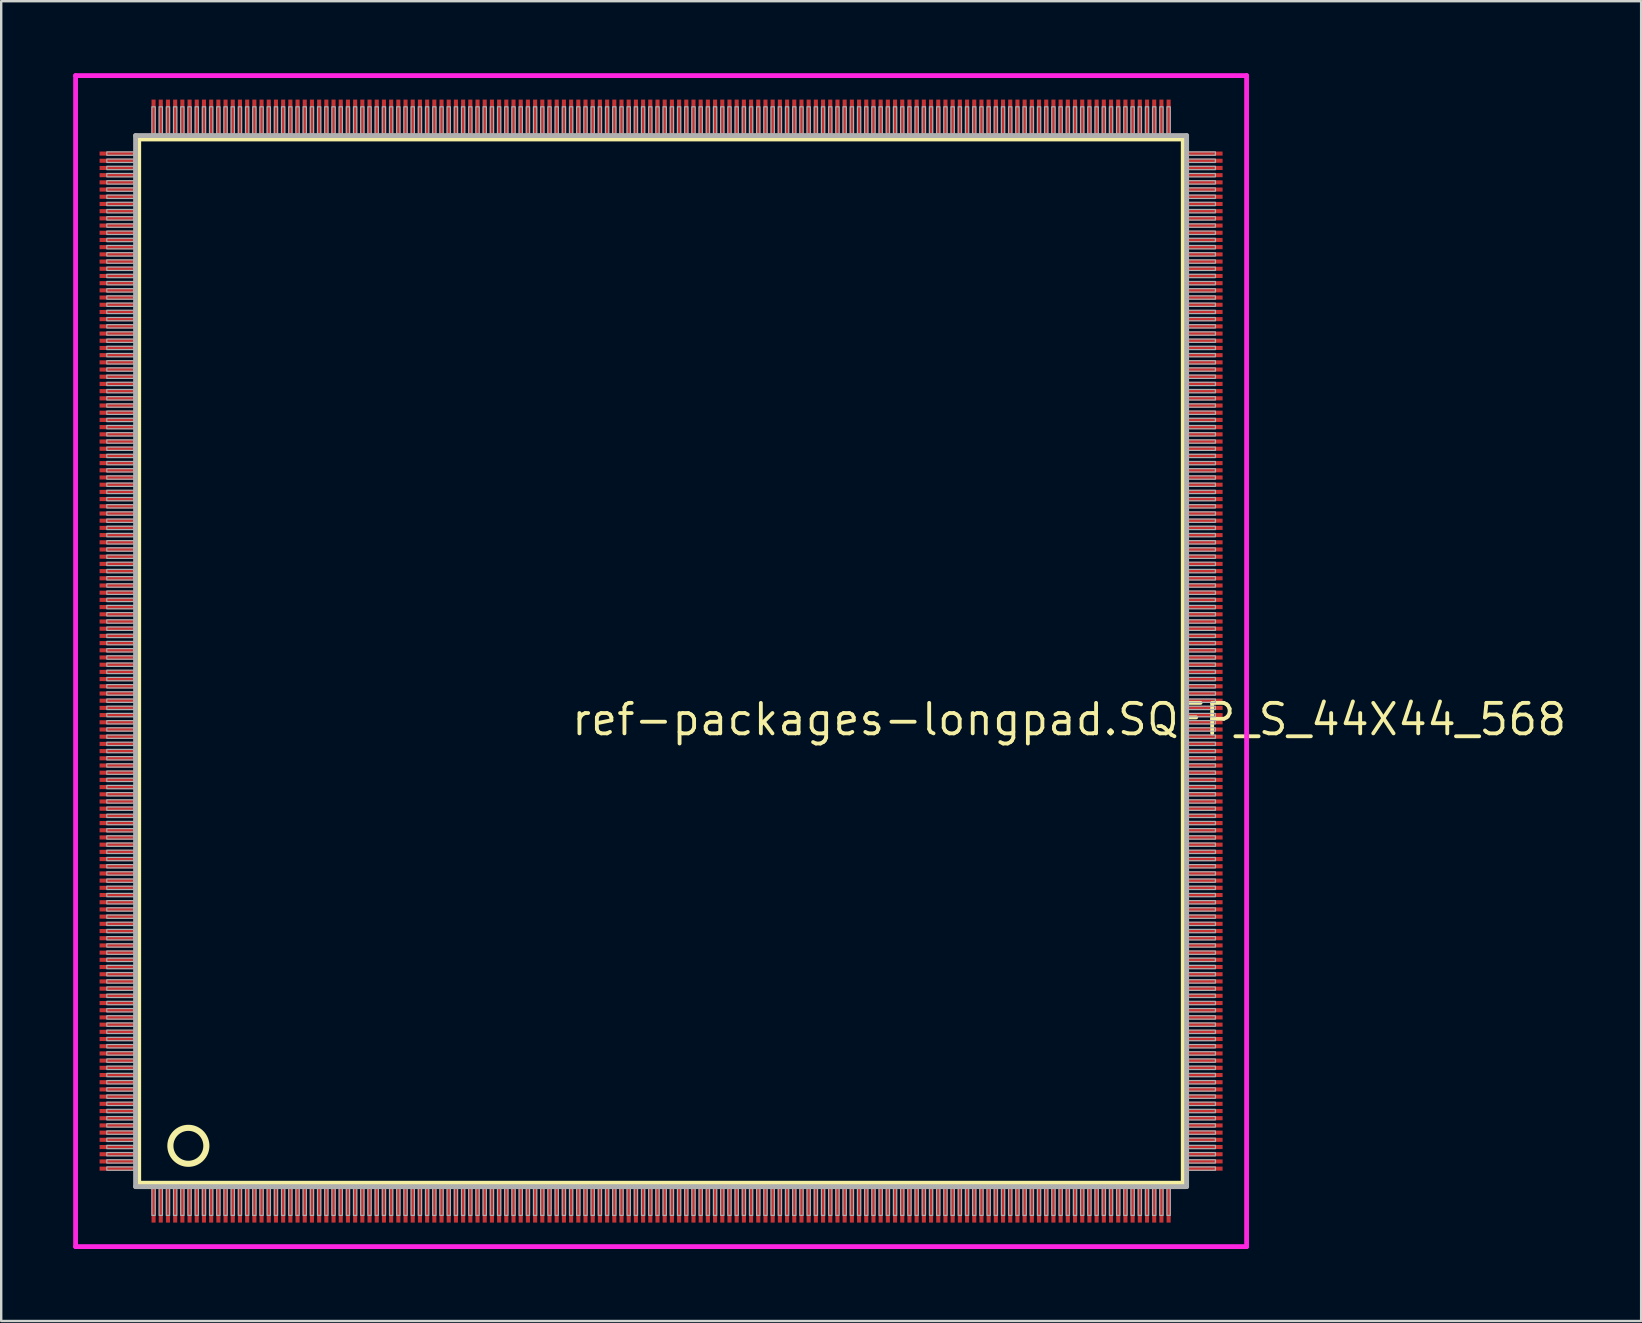
<source format=kicad_pcb>
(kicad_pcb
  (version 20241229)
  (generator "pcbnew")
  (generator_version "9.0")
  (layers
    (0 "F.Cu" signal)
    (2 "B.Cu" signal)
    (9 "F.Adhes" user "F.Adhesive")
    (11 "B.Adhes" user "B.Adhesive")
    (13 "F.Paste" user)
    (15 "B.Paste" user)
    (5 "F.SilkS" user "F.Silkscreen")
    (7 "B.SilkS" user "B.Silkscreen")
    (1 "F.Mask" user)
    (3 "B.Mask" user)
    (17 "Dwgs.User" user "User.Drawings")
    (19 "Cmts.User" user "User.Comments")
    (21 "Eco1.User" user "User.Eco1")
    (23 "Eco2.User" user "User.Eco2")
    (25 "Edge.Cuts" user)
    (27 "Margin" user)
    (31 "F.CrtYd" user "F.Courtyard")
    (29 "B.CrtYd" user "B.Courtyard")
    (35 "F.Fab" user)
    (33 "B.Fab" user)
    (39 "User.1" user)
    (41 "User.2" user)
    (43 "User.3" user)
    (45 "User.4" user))
  (footprint "ref-packages-longpad.SQFP_S_44X44_568"
    (layer "F.Cu")
    (at 24.5 24.5)
    (property "Reference" "ref-packages-longpad.SQFP_S_44X44_568" (at -3.81 3.175 0) (layer "F.SilkS") (effects (font (size 1.27 1.27) (thickness 0.16)) (justify left bottom)))
    (attr smd)
    (fp_line (start -21.77 -21.76) (end 21.76 -21.76) (stroke (width 0.203) (type default)) (layer "F.SilkS"))
    (fp_line (start -21.77 21.76) (end -21.77 -21.76) (stroke (width 0.203) (type default)) (layer "F.SilkS"))
    (fp_line (start 21.76 21.76) (end -21.77 21.76) (stroke (width 0.203) (type default)) (layer "F.SilkS"))
    (fp_line (start 21.76 -21.76) (end 21.76 21.76) (stroke (width 0.203) (type default)) (layer "F.SilkS"))
    (fp_circle (center -19.7 20.2) (end -18.95 20.2) (stroke (width 0.254) (type default)) (fill no) (layer "F.SilkS"))
    (fp_line (start -24.4 -24.4) (end 24.4 -24.4) (stroke (width 0.2) (type default)) (layer "F.CrtYd"))
    (fp_line (start -24.4 24.4) (end -24.4 -24.4) (stroke (width 0.2) (type default)) (layer "F.CrtYd"))
    (fp_line (start 24.4 -24.4) (end 24.4 24.4) (stroke (width 0.2) (type default)) (layer "F.CrtYd"))
    (fp_line (start 24.4 24.4) (end -24.4 24.4) (stroke (width 0.2) (type default)) (layer "F.CrtYd"))
    (fp_line (start -21.9 21.9) (end 21.9 21.9) (stroke (width 0.203) (type default)) (layer "F.Fab"))
    (fp_line (start -21.9 -21.9) (end -21.9 21.9) (stroke (width 0.203) (type default)) (layer "F.Fab"))
    (fp_line (start 21.9 21.9) (end 21.9 -21.9) (stroke (width 0.203) (type default)) (layer "F.Fab"))
    (fp_line (start 21.9 -21.9) (end -21.9 -21.9) (stroke (width 0.203) (type default)) (layer "F.Fab"))
    (fp_rect (start -23.1 -21.08) (end -21.97 -21.22) (stroke (width 0.05) (type default)) (fill no) (layer "F.Fab"))
    (fp_rect (start -23.1 -20.78) (end -21.97 -20.92) (stroke (width 0.05) (type default)) (fill no) (layer "F.Fab"))
    (fp_rect (start -23.1 -20.48) (end -21.97 -20.62) (stroke (width 0.05) (type default)) (fill no) (layer "F.Fab"))
    (fp_rect (start -23.1 -20.18) (end -21.97 -20.32) (stroke (width 0.05) (type default)) (fill no) (layer "F.Fab"))
    (fp_rect (start -23.1 -19.88) (end -21.97 -20.02) (stroke (width 0.05) (type default)) (fill no) (layer "F.Fab"))
    (fp_rect (start -23.1 -19.58) (end -21.97 -19.72) (stroke (width 0.05) (type default)) (fill no) (layer "F.Fab"))
    (fp_rect (start -23.1 -19.28) (end -21.97 -19.42) (stroke (width 0.05) (type default)) (fill no) (layer "F.Fab"))
    (fp_rect (start -23.1 -18.98) (end -21.97 -19.12) (stroke (width 0.05) (type default)) (fill no) (layer "F.Fab"))
    (fp_rect (start -23.1 -18.68) (end -21.97 -18.82) (stroke (width 0.05) (type default)) (fill no) (layer "F.Fab"))
    (fp_rect (start -23.1 -18.38) (end -21.97 -18.52) (stroke (width 0.05) (type default)) (fill no) (layer "F.Fab"))
    (fp_rect (start -23.1 -18.08) (end -21.97 -18.22) (stroke (width 0.05) (type default)) (fill no) (layer "F.Fab"))
    (fp_rect (start -23.1 -17.78) (end -21.97 -17.92) (stroke (width 0.05) (type default)) (fill no) (layer "F.Fab"))
    (fp_rect (start -23.1 -17.48) (end -21.97 -17.62) (stroke (width 0.05) (type default)) (fill no) (layer "F.Fab"))
    (fp_rect (start -23.1 -17.18) (end -21.97 -17.32) (stroke (width 0.05) (type default)) (fill no) (layer "F.Fab"))
    (fp_rect (start -23.1 -16.88) (end -21.97 -17.02) (stroke (width 0.05) (type default)) (fill no) (layer "F.Fab"))
    (fp_rect (start -23.1 -16.58) (end -21.97 -16.72) (stroke (width 0.05) (type default)) (fill no) (layer "F.Fab"))
    (fp_rect (start -23.1 -16.28) (end -21.97 -16.42) (stroke (width 0.05) (type default)) (fill no) (layer "F.Fab"))
    (fp_rect (start -23.1 -15.98) (end -21.97 -16.12) (stroke (width 0.05) (type default)) (fill no) (layer "F.Fab"))
    (fp_rect (start -23.1 -15.68) (end -21.97 -15.82) (stroke (width 0.05) (type default)) (fill no) (layer "F.Fab"))
    (fp_rect (start -23.1 -15.38) (end -21.97 -15.52) (stroke (width 0.05) (type default)) (fill no) (layer "F.Fab"))
    (fp_rect (start -23.1 -15.08) (end -21.97 -15.22) (stroke (width 0.05) (type default)) (fill no) (layer "F.Fab"))
    (fp_rect (start -23.1 -14.78) (end -21.97 -14.92) (stroke (width 0.05) (type default)) (fill no) (layer "F.Fab"))
    (fp_rect (start -23.1 -14.48) (end -21.97 -14.62) (stroke (width 0.05) (type default)) (fill no) (layer "F.Fab"))
    (fp_rect (start -23.1 -14.18) (end -21.97 -14.32) (stroke (width 0.05) (type default)) (fill no) (layer "F.Fab"))
    (fp_rect (start -23.1 -13.88) (end -21.97 -14.02) (stroke (width 0.05) (type default)) (fill no) (layer "F.Fab"))
    (fp_rect (start -23.1 -13.58) (end -21.97 -13.72) (stroke (width 0.05) (type default)) (fill no) (layer "F.Fab"))
    (fp_rect (start -23.1 -13.28) (end -21.97 -13.42) (stroke (width 0.05) (type default)) (fill no) (layer "F.Fab"))
    (fp_rect (start -23.1 -12.98) (end -21.97 -13.12) (stroke (width 0.05) (type default)) (fill no) (layer "F.Fab"))
    (fp_rect (start -23.1 -12.68) (end -21.97 -12.82) (stroke (width 0.05) (type default)) (fill no) (layer "F.Fab"))
    (fp_rect (start -23.1 -12.38) (end -21.97 -12.52) (stroke (width 0.05) (type default)) (fill no) (layer "F.Fab"))
    (fp_rect (start -23.1 -12.08) (end -21.97 -12.22) (stroke (width 0.05) (type default)) (fill no) (layer "F.Fab"))
    (fp_rect (start -23.1 -11.78) (end -21.97 -11.92) (stroke (width 0.05) (type default)) (fill no) (layer "F.Fab"))
    (fp_rect (start -23.1 -11.48) (end -21.97 -11.62) (stroke (width 0.05) (type default)) (fill no) (layer "F.Fab"))
    (fp_rect (start -23.1 -11.18) (end -21.97 -11.32) (stroke (width 0.05) (type default)) (fill no) (layer "F.Fab"))
    (fp_rect (start -23.1 -10.88) (end -21.97 -11.02) (stroke (width 0.05) (type default)) (fill no) (layer "F.Fab"))
    (fp_rect (start -23.1 -10.58) (end -21.97 -10.72) (stroke (width 0.05) (type default)) (fill no) (layer "F.Fab"))
    (fp_rect (start -23.1 -10.28) (end -21.97 -10.42) (stroke (width 0.05) (type default)) (fill no) (layer "F.Fab"))
    (fp_rect (start -23.1 -9.98) (end -21.97 -10.12) (stroke (width 0.05) (type default)) (fill no) (layer "F.Fab"))
    (fp_rect (start -23.1 -9.68) (end -21.97 -9.82) (stroke (width 0.05) (type default)) (fill no) (layer "F.Fab"))
    (fp_rect (start -23.1 -9.38) (end -21.97 -9.52) (stroke (width 0.05) (type default)) (fill no) (layer "F.Fab"))
    (fp_rect (start -23.1 -9.08) (end -21.97 -9.22) (stroke (width 0.05) (type default)) (fill no) (layer "F.Fab"))
    (fp_rect (start -23.1 -8.78) (end -21.97 -8.92) (stroke (width 0.05) (type default)) (fill no) (layer "F.Fab"))
    (fp_rect (start -23.1 -8.48) (end -21.97 -8.62) (stroke (width 0.05) (type default)) (fill no) (layer "F.Fab"))
    (fp_rect (start -23.1 -8.18) (end -21.97 -8.32) (stroke (width 0.05) (type default)) (fill no) (layer "F.Fab"))
    (fp_rect (start -23.1 -7.88) (end -21.97 -8.02) (stroke (width 0.05) (type default)) (fill no) (layer "F.Fab"))
    (fp_rect (start -23.1 -7.58) (end -21.97 -7.72) (stroke (width 0.05) (type default)) (fill no) (layer "F.Fab"))
    (fp_rect (start -23.1 -7.28) (end -21.97 -7.42) (stroke (width 0.05) (type default)) (fill no) (layer "F.Fab"))
    (fp_rect (start -23.1 -6.98) (end -21.97 -7.12) (stroke (width 0.05) (type default)) (fill no) (layer "F.Fab"))
    (fp_rect (start -23.1 -6.68) (end -21.97 -6.82) (stroke (width 0.05) (type default)) (fill no) (layer "F.Fab"))
    (fp_rect (start -23.1 -6.38) (end -21.97 -6.52) (stroke (width 0.05) (type default)) (fill no) (layer "F.Fab"))
    (fp_rect (start -23.1 -6.08) (end -21.97 -6.22) (stroke (width 0.05) (type default)) (fill no) (layer "F.Fab"))
    (fp_rect (start -23.1 -5.78) (end -21.97 -5.92) (stroke (width 0.05) (type default)) (fill no) (layer "F.Fab"))
    (fp_rect (start -23.1 -5.48) (end -21.97 -5.62) (stroke (width 0.05) (type default)) (fill no) (layer "F.Fab"))
    (fp_rect (start -23.1 -5.18) (end -21.97 -5.32) (stroke (width 0.05) (type default)) (fill no) (layer "F.Fab"))
    (fp_rect (start -23.1 -4.88) (end -21.97 -5.02) (stroke (width 0.05) (type default)) (fill no) (layer "F.Fab"))
    (fp_rect (start -23.1 -4.58) (end -21.97 -4.72) (stroke (width 0.05) (type default)) (fill no) (layer "F.Fab"))
    (fp_rect (start -23.1 -4.28) (end -21.97 -4.42) (stroke (width 0.05) (type default)) (fill no) (layer "F.Fab"))
    (fp_rect (start -23.1 -3.98) (end -21.97 -4.12) (stroke (width 0.05) (type default)) (fill no) (layer "F.Fab"))
    (fp_rect (start -23.1 -3.68) (end -21.97 -3.82) (stroke (width 0.05) (type default)) (fill no) (layer "F.Fab"))
    (fp_rect (start -23.1 -3.38) (end -21.97 -3.52) (stroke (width 0.05) (type default)) (fill no) (layer "F.Fab"))
    (fp_rect (start -23.1 -3.08) (end -21.97 -3.22) (stroke (width 0.05) (type default)) (fill no) (layer "F.Fab"))
    (fp_rect (start -23.1 -2.78) (end -21.97 -2.92) (stroke (width 0.05) (type default)) (fill no) (layer "F.Fab"))
    (fp_rect (start -23.1 -2.48) (end -21.97 -2.62) (stroke (width 0.05) (type default)) (fill no) (layer "F.Fab"))
    (fp_rect (start -23.1 -2.18) (end -21.97 -2.32) (stroke (width 0.05) (type default)) (fill no) (layer "F.Fab"))
    (fp_rect (start -23.1 -1.88) (end -21.97 -2.02) (stroke (width 0.05) (type default)) (fill no) (layer "F.Fab"))
    (fp_rect (start -23.1 -1.58) (end -21.97 -1.72) (stroke (width 0.05) (type default)) (fill no) (layer "F.Fab"))
    (fp_rect (start -23.1 -1.28) (end -21.97 -1.42) (stroke (width 0.05) (type default)) (fill no) (layer "F.Fab"))
    (fp_rect (start -23.1 -0.98) (end -21.97 -1.12) (stroke (width 0.05) (type default)) (fill no) (layer "F.Fab"))
    (fp_rect (start -23.1 -0.68) (end -21.97 -0.82) (stroke (width 0.05) (type default)) (fill no) (layer "F.Fab"))
    (fp_rect (start -23.1 -0.38) (end -21.97 -0.52) (stroke (width 0.05) (type default)) (fill no) (layer "F.Fab"))
    (fp_rect (start -23.1 -0.08) (end -21.97 -0.22) (stroke (width 0.05) (type default)) (fill no) (layer "F.Fab"))
    (fp_rect (start -23.1 0.22) (end -21.97 0.08) (stroke (width 0.05) (type default)) (fill no) (layer "F.Fab"))
    (fp_rect (start -23.1 0.52) (end -21.97 0.38) (stroke (width 0.05) (type default)) (fill no) (layer "F.Fab"))
    (fp_rect (start -23.1 0.82) (end -21.97 0.68) (stroke (width 0.05) (type default)) (fill no) (layer "F.Fab"))
    (fp_rect (start -23.1 1.12) (end -21.97 0.98) (stroke (width 0.05) (type default)) (fill no) (layer "F.Fab"))
    (fp_rect (start -23.1 1.42) (end -21.97 1.28) (stroke (width 0.05) (type default)) (fill no) (layer "F.Fab"))
    (fp_rect (start -23.1 1.72) (end -21.97 1.58) (stroke (width 0.05) (type default)) (fill no) (layer "F.Fab"))
    (fp_rect (start -23.1 2.02) (end -21.97 1.88) (stroke (width 0.05) (type default)) (fill no) (layer "F.Fab"))
    (fp_rect (start -23.1 2.32) (end -21.97 2.18) (stroke (width 0.05) (type default)) (fill no) (layer "F.Fab"))
    (fp_rect (start -23.1 2.62) (end -21.97 2.48) (stroke (width 0.05) (type default)) (fill no) (layer "F.Fab"))
    (fp_rect (start -23.1 2.92) (end -21.97 2.78) (stroke (width 0.05) (type default)) (fill no) (layer "F.Fab"))
    (fp_rect (start -23.1 3.22) (end -21.97 3.08) (stroke (width 0.05) (type default)) (fill no) (layer "F.Fab"))
    (fp_rect (start -23.1 3.52) (end -21.97 3.38) (stroke (width 0.05) (type default)) (fill no) (layer "F.Fab"))
    (fp_rect (start -23.1 3.82) (end -21.97 3.68) (stroke (width 0.05) (type default)) (fill no) (layer "F.Fab"))
    (fp_rect (start -23.1 4.12) (end -21.97 3.98) (stroke (width 0.05) (type default)) (fill no) (layer "F.Fab"))
    (fp_rect (start -23.1 4.42) (end -21.97 4.28) (stroke (width 0.05) (type default)) (fill no) (layer "F.Fab"))
    (fp_rect (start -23.1 4.72) (end -21.97 4.58) (stroke (width 0.05) (type default)) (fill no) (layer "F.Fab"))
    (fp_rect (start -23.1 5.02) (end -21.97 4.88) (stroke (width 0.05) (type default)) (fill no) (layer "F.Fab"))
    (fp_rect (start -23.1 5.32) (end -21.97 5.18) (stroke (width 0.05) (type default)) (fill no) (layer "F.Fab"))
    (fp_rect (start -23.1 5.62) (end -21.97 5.48) (stroke (width 0.05) (type default)) (fill no) (layer "F.Fab"))
    (fp_rect (start -23.1 5.92) (end -21.97 5.78) (stroke (width 0.05) (type default)) (fill no) (layer "F.Fab"))
    (fp_rect (start -23.1 6.22) (end -21.97 6.08) (stroke (width 0.05) (type default)) (fill no) (layer "F.Fab"))
    (fp_rect (start -23.1 6.52) (end -21.97 6.38) (stroke (width 0.05) (type default)) (fill no) (layer "F.Fab"))
    (fp_rect (start -23.1 6.82) (end -21.97 6.68) (stroke (width 0.05) (type default)) (fill no) (layer "F.Fab"))
    (fp_rect (start -23.1 7.12) (end -21.97 6.98) (stroke (width 0.05) (type default)) (fill no) (layer "F.Fab"))
    (fp_rect (start -23.1 7.42) (end -21.97 7.28) (stroke (width 0.05) (type default)) (fill no) (layer "F.Fab"))
    (fp_rect (start -23.1 7.72) (end -21.97 7.58) (stroke (width 0.05) (type default)) (fill no) (layer "F.Fab"))
    (fp_rect (start -23.1 8.02) (end -21.97 7.88) (stroke (width 0.05) (type default)) (fill no) (layer "F.Fab"))
    (fp_rect (start -23.1 8.32) (end -21.97 8.18) (stroke (width 0.05) (type default)) (fill no) (layer "F.Fab"))
    (fp_rect (start -23.1 8.62) (end -21.97 8.48) (stroke (width 0.05) (type default)) (fill no) (layer "F.Fab"))
    (fp_rect (start -23.1 8.92) (end -21.97 8.78) (stroke (width 0.05) (type default)) (fill no) (layer "F.Fab"))
    (fp_rect (start -23.1 9.22) (end -21.97 9.08) (stroke (width 0.05) (type default)) (fill no) (layer "F.Fab"))
    (fp_rect (start -23.1 9.52) (end -21.97 9.38) (stroke (width 0.05) (type default)) (fill no) (layer "F.Fab"))
    (fp_rect (start -23.1 9.82) (end -21.97 9.68) (stroke (width 0.05) (type default)) (fill no) (layer "F.Fab"))
    (fp_rect (start -23.1 10.12) (end -21.97 9.98) (stroke (width 0.05) (type default)) (fill no) (layer "F.Fab"))
    (fp_rect (start -23.1 10.42) (end -21.97 10.28) (stroke (width 0.05) (type default)) (fill no) (layer "F.Fab"))
    (fp_rect (start -23.1 10.72) (end -21.97 10.58) (stroke (width 0.05) (type default)) (fill no) (layer "F.Fab"))
    (fp_rect (start -23.1 11.02) (end -21.97 10.88) (stroke (width 0.05) (type default)) (fill no) (layer "F.Fab"))
    (fp_rect (start -23.1 11.32) (end -21.97 11.18) (stroke (width 0.05) (type default)) (fill no) (layer "F.Fab"))
    (fp_rect (start -23.1 11.62) (end -21.97 11.48) (stroke (width 0.05) (type default)) (fill no) (layer "F.Fab"))
    (fp_rect (start -23.1 11.92) (end -21.97 11.78) (stroke (width 0.05) (type default)) (fill no) (layer "F.Fab"))
    (fp_rect (start -23.1 12.22) (end -21.97 12.08) (stroke (width 0.05) (type default)) (fill no) (layer "F.Fab"))
    (fp_rect (start -23.1 12.52) (end -21.97 12.38) (stroke (width 0.05) (type default)) (fill no) (layer "F.Fab"))
    (fp_rect (start -23.1 12.82) (end -21.97 12.68) (stroke (width 0.05) (type default)) (fill no) (layer "F.Fab"))
    (fp_rect (start -23.1 13.12) (end -21.97 12.98) (stroke (width 0.05) (type default)) (fill no) (layer "F.Fab"))
    (fp_rect (start -23.1 13.42) (end -21.97 13.28) (stroke (width 0.05) (type default)) (fill no) (layer "F.Fab"))
    (fp_rect (start -23.1 13.72) (end -21.97 13.58) (stroke (width 0.05) (type default)) (fill no) (layer "F.Fab"))
    (fp_rect (start -23.1 14.02) (end -21.97 13.88) (stroke (width 0.05) (type default)) (fill no) (layer "F.Fab"))
    (fp_rect (start -23.1 14.32) (end -21.97 14.18) (stroke (width 0.05) (type default)) (fill no) (layer "F.Fab"))
    (fp_rect (start -23.1 14.62) (end -21.97 14.48) (stroke (width 0.05) (type default)) (fill no) (layer "F.Fab"))
    (fp_rect (start -23.1 14.92) (end -21.97 14.78) (stroke (width 0.05) (type default)) (fill no) (layer "F.Fab"))
    (fp_rect (start -23.1 15.22) (end -21.97 15.08) (stroke (width 0.05) (type default)) (fill no) (layer "F.Fab"))
    (fp_rect (start -23.1 15.52) (end -21.97 15.38) (stroke (width 0.05) (type default)) (fill no) (layer "F.Fab"))
    (fp_rect (start -23.1 15.82) (end -21.97 15.68) (stroke (width 0.05) (type default)) (fill no) (layer "F.Fab"))
    (fp_rect (start -23.1 16.12) (end -21.97 15.98) (stroke (width 0.05) (type default)) (fill no) (layer "F.Fab"))
    (fp_rect (start -23.1 16.42) (end -21.97 16.28) (stroke (width 0.05) (type default)) (fill no) (layer "F.Fab"))
    (fp_rect (start -23.1 16.72) (end -21.97 16.58) (stroke (width 0.05) (type default)) (fill no) (layer "F.Fab"))
    (fp_rect (start -23.1 17.02) (end -21.97 16.88) (stroke (width 0.05) (type default)) (fill no) (layer "F.Fab"))
    (fp_rect (start -23.1 17.32) (end -21.97 17.18) (stroke (width 0.05) (type default)) (fill no) (layer "F.Fab"))
    (fp_rect (start -23.1 17.62) (end -21.97 17.48) (stroke (width 0.05) (type default)) (fill no) (layer "F.Fab"))
    (fp_rect (start -23.1 17.92) (end -21.97 17.78) (stroke (width 0.05) (type default)) (fill no) (layer "F.Fab"))
    (fp_rect (start -23.1 18.22) (end -21.97 18.08) (stroke (width 0.05) (type default)) (fill no) (layer "F.Fab"))
    (fp_rect (start -23.1 18.52) (end -21.97 18.38) (stroke (width 0.05) (type default)) (fill no) (layer "F.Fab"))
    (fp_rect (start -23.1 18.82) (end -21.97 18.68) (stroke (width 0.05) (type default)) (fill no) (layer "F.Fab"))
    (fp_rect (start -23.1 19.12) (end -21.97 18.98) (stroke (width 0.05) (type default)) (fill no) (layer "F.Fab"))
    (fp_rect (start -23.1 19.42) (end -21.97 19.28) (stroke (width 0.05) (type default)) (fill no) (layer "F.Fab"))
    (fp_rect (start -23.1 19.72) (end -21.97 19.58) (stroke (width 0.05) (type default)) (fill no) (layer "F.Fab"))
    (fp_rect (start -23.1 20.02) (end -21.97 19.88) (stroke (width 0.05) (type default)) (fill no) (layer "F.Fab"))
    (fp_rect (start -23.1 20.32) (end -21.97 20.18) (stroke (width 0.05) (type default)) (fill no) (layer "F.Fab"))
    (fp_rect (start -23.1 20.62) (end -21.97 20.48) (stroke (width 0.05) (type default)) (fill no) (layer "F.Fab"))
    (fp_rect (start -23.1 20.92) (end -21.97 20.78) (stroke (width 0.05) (type default)) (fill no) (layer "F.Fab"))
    (fp_rect (start -23.1 21.22) (end -21.97 21.08) (stroke (width 0.05) (type default)) (fill no) (layer "F.Fab"))
    (fp_rect (start -21.22 -21.97) (end -21.08 -23.1) (stroke (width 0.05) (type default)) (fill no) (layer "F.Fab"))
    (fp_rect (start -21.22 23.1) (end -21.08 21.97) (stroke (width 0.05) (type default)) (fill no) (layer "F.Fab"))
    (fp_rect (start -20.92 -21.97) (end -20.78 -23.1) (stroke (width 0.05) (type default)) (fill no) (layer "F.Fab"))
    (fp_rect (start -20.92 23.1) (end -20.78 21.97) (stroke (width 0.05) (type default)) (fill no) (layer "F.Fab"))
    (fp_rect (start -20.62 -21.97) (end -20.48 -23.1) (stroke (width 0.05) (type default)) (fill no) (layer "F.Fab"))
    (fp_rect (start -20.62 23.1) (end -20.48 21.97) (stroke (width 0.05) (type default)) (fill no) (layer "F.Fab"))
    (fp_rect (start -20.32 -21.97) (end -20.18 -23.1) (stroke (width 0.05) (type default)) (fill no) (layer "F.Fab"))
    (fp_rect (start -20.32 23.1) (end -20.18 21.97) (stroke (width 0.05) (type default)) (fill no) (layer "F.Fab"))
    (fp_rect (start -20.02 -21.97) (end -19.88 -23.1) (stroke (width 0.05) (type default)) (fill no) (layer "F.Fab"))
    (fp_rect (start -20.02 23.1) (end -19.88 21.97) (stroke (width 0.05) (type default)) (fill no) (layer "F.Fab"))
    (fp_rect (start -19.72 -21.97) (end -19.58 -23.1) (stroke (width 0.05) (type default)) (fill no) (layer "F.Fab"))
    (fp_rect (start -19.72 23.1) (end -19.58 21.97) (stroke (width 0.05) (type default)) (fill no) (layer "F.Fab"))
    (fp_rect (start -19.42 -21.97) (end -19.28 -23.1) (stroke (width 0.05) (type default)) (fill no) (layer "F.Fab"))
    (fp_rect (start -19.42 23.1) (end -19.28 21.97) (stroke (width 0.05) (type default)) (fill no) (layer "F.Fab"))
    (fp_rect (start -19.12 -21.97) (end -18.98 -23.1) (stroke (width 0.05) (type default)) (fill no) (layer "F.Fab"))
    (fp_rect (start -19.12 23.1) (end -18.98 21.97) (stroke (width 0.05) (type default)) (fill no) (layer "F.Fab"))
    (fp_rect (start -18.82 -21.97) (end -18.68 -23.1) (stroke (width 0.05) (type default)) (fill no) (layer "F.Fab"))
    (fp_rect (start -18.82 23.1) (end -18.68 21.97) (stroke (width 0.05) (type default)) (fill no) (layer "F.Fab"))
    (fp_rect (start -18.52 -21.97) (end -18.38 -23.1) (stroke (width 0.05) (type default)) (fill no) (layer "F.Fab"))
    (fp_rect (start -18.52 23.1) (end -18.38 21.97) (stroke (width 0.05) (type default)) (fill no) (layer "F.Fab"))
    (fp_rect (start -18.22 -21.97) (end -18.08 -23.1) (stroke (width 0.05) (type default)) (fill no) (layer "F.Fab"))
    (fp_rect (start -18.22 23.1) (end -18.08 21.97) (stroke (width 0.05) (type default)) (fill no) (layer "F.Fab"))
    (fp_rect (start -17.92 -21.97) (end -17.78 -23.1) (stroke (width 0.05) (type default)) (fill no) (layer "F.Fab"))
    (fp_rect (start -17.92 23.1) (end -17.78 21.97) (stroke (width 0.05) (type default)) (fill no) (layer "F.Fab"))
    (fp_rect (start -17.62 -21.97) (end -17.48 -23.1) (stroke (width 0.05) (type default)) (fill no) (layer "F.Fab"))
    (fp_rect (start -17.62 23.1) (end -17.48 21.97) (stroke (width 0.05) (type default)) (fill no) (layer "F.Fab"))
    (fp_rect (start -17.32 -21.97) (end -17.18 -23.1) (stroke (width 0.05) (type default)) (fill no) (layer "F.Fab"))
    (fp_rect (start -17.32 23.1) (end -17.18 21.97) (stroke (width 0.05) (type default)) (fill no) (layer "F.Fab"))
    (fp_rect (start -17.02 -21.97) (end -16.88 -23.1) (stroke (width 0.05) (type default)) (fill no) (layer "F.Fab"))
    (fp_rect (start -17.02 23.1) (end -16.88 21.97) (stroke (width 0.05) (type default)) (fill no) (layer "F.Fab"))
    (fp_rect (start -16.72 -21.97) (end -16.58 -23.1) (stroke (width 0.05) (type default)) (fill no) (layer "F.Fab"))
    (fp_rect (start -16.72 23.1) (end -16.58 21.97) (stroke (width 0.05) (type default)) (fill no) (layer "F.Fab"))
    (fp_rect (start -16.42 -21.97) (end -16.28 -23.1) (stroke (width 0.05) (type default)) (fill no) (layer "F.Fab"))
    (fp_rect (start -16.42 23.1) (end -16.28 21.97) (stroke (width 0.05) (type default)) (fill no) (layer "F.Fab"))
    (fp_rect (start -16.12 -21.97) (end -15.98 -23.1) (stroke (width 0.05) (type default)) (fill no) (layer "F.Fab"))
    (fp_rect (start -16.12 23.1) (end -15.98 21.97) (stroke (width 0.05) (type default)) (fill no) (layer "F.Fab"))
    (fp_rect (start -15.82 -21.97) (end -15.68 -23.1) (stroke (width 0.05) (type default)) (fill no) (layer "F.Fab"))
    (fp_rect (start -15.82 23.1) (end -15.68 21.97) (stroke (width 0.05) (type default)) (fill no) (layer "F.Fab"))
    (fp_rect (start -15.52 -21.97) (end -15.38 -23.1) (stroke (width 0.05) (type default)) (fill no) (layer "F.Fab"))
    (fp_rect (start -15.52 23.1) (end -15.38 21.97) (stroke (width 0.05) (type default)) (fill no) (layer "F.Fab"))
    (fp_rect (start -15.22 -21.97) (end -15.08 -23.1) (stroke (width 0.05) (type default)) (fill no) (layer "F.Fab"))
    (fp_rect (start -15.22 23.1) (end -15.08 21.97) (stroke (width 0.05) (type default)) (fill no) (layer "F.Fab"))
    (fp_rect (start -14.92 -21.97) (end -14.78 -23.1) (stroke (width 0.05) (type default)) (fill no) (layer "F.Fab"))
    (fp_rect (start -14.92 23.1) (end -14.78 21.97) (stroke (width 0.05) (type default)) (fill no) (layer "F.Fab"))
    (fp_rect (start -14.62 -21.97) (end -14.48 -23.1) (stroke (width 0.05) (type default)) (fill no) (layer "F.Fab"))
    (fp_rect (start -14.62 23.1) (end -14.48 21.97) (stroke (width 0.05) (type default)) (fill no) (layer "F.Fab"))
    (fp_rect (start -14.32 -21.97) (end -14.18 -23.1) (stroke (width 0.05) (type default)) (fill no) (layer "F.Fab"))
    (fp_rect (start -14.32 23.1) (end -14.18 21.97) (stroke (width 0.05) (type default)) (fill no) (layer "F.Fab"))
    (fp_rect (start -14.02 -21.97) (end -13.88 -23.1) (stroke (width 0.05) (type default)) (fill no) (layer "F.Fab"))
    (fp_rect (start -14.02 23.1) (end -13.88 21.97) (stroke (width 0.05) (type default)) (fill no) (layer "F.Fab"))
    (fp_rect (start -13.72 -21.97) (end -13.58 -23.1) (stroke (width 0.05) (type default)) (fill no) (layer "F.Fab"))
    (fp_rect (start -13.72 23.1) (end -13.58 21.97) (stroke (width 0.05) (type default)) (fill no) (layer "F.Fab"))
    (fp_rect (start -13.42 -21.97) (end -13.28 -23.1) (stroke (width 0.05) (type default)) (fill no) (layer "F.Fab"))
    (fp_rect (start -13.42 23.1) (end -13.28 21.97) (stroke (width 0.05) (type default)) (fill no) (layer "F.Fab"))
    (fp_rect (start -13.12 -21.97) (end -12.98 -23.1) (stroke (width 0.05) (type default)) (fill no) (layer "F.Fab"))
    (fp_rect (start -13.12 23.1) (end -12.98 21.97) (stroke (width 0.05) (type default)) (fill no) (layer "F.Fab"))
    (fp_rect (start -12.82 -21.97) (end -12.68 -23.1) (stroke (width 0.05) (type default)) (fill no) (layer "F.Fab"))
    (fp_rect (start -12.82 23.1) (end -12.68 21.97) (stroke (width 0.05) (type default)) (fill no) (layer "F.Fab"))
    (fp_rect (start -12.52 -21.97) (end -12.38 -23.1) (stroke (width 0.05) (type default)) (fill no) (layer "F.Fab"))
    (fp_rect (start -12.52 23.1) (end -12.38 21.97) (stroke (width 0.05) (type default)) (fill no) (layer "F.Fab"))
    (fp_rect (start -12.22 -21.97) (end -12.08 -23.1) (stroke (width 0.05) (type default)) (fill no) (layer "F.Fab"))
    (fp_rect (start -12.22 23.1) (end -12.08 21.97) (stroke (width 0.05) (type default)) (fill no) (layer "F.Fab"))
    (fp_rect (start -11.92 -21.97) (end -11.78 -23.1) (stroke (width 0.05) (type default)) (fill no) (layer "F.Fab"))
    (fp_rect (start -11.92 23.1) (end -11.78 21.97) (stroke (width 0.05) (type default)) (fill no) (layer "F.Fab"))
    (fp_rect (start -11.62 -21.97) (end -11.48 -23.1) (stroke (width 0.05) (type default)) (fill no) (layer "F.Fab"))
    (fp_rect (start -11.62 23.1) (end -11.48 21.97) (stroke (width 0.05) (type default)) (fill no) (layer "F.Fab"))
    (fp_rect (start -11.32 -21.97) (end -11.18 -23.1) (stroke (width 0.05) (type default)) (fill no) (layer "F.Fab"))
    (fp_rect (start -11.32 23.1) (end -11.18 21.97) (stroke (width 0.05) (type default)) (fill no) (layer "F.Fab"))
    (fp_rect (start -11.02 -21.97) (end -10.88 -23.1) (stroke (width 0.05) (type default)) (fill no) (layer "F.Fab"))
    (fp_rect (start -11.02 23.1) (end -10.88 21.97) (stroke (width 0.05) (type default)) (fill no) (layer "F.Fab"))
    (fp_rect (start -10.72 -21.97) (end -10.58 -23.1) (stroke (width 0.05) (type default)) (fill no) (layer "F.Fab"))
    (fp_rect (start -10.72 23.1) (end -10.58 21.97) (stroke (width 0.05) (type default)) (fill no) (layer "F.Fab"))
    (fp_rect (start -10.42 -21.97) (end -10.28 -23.1) (stroke (width 0.05) (type default)) (fill no) (layer "F.Fab"))
    (fp_rect (start -10.42 23.1) (end -10.28 21.97) (stroke (width 0.05) (type default)) (fill no) (layer "F.Fab"))
    (fp_rect (start -10.12 -21.97) (end -9.98 -23.1) (stroke (width 0.05) (type default)) (fill no) (layer "F.Fab"))
    (fp_rect (start -10.12 23.1) (end -9.98 21.97) (stroke (width 0.05) (type default)) (fill no) (layer "F.Fab"))
    (fp_rect (start -9.82 -21.97) (end -9.68 -23.1) (stroke (width 0.05) (type default)) (fill no) (layer "F.Fab"))
    (fp_rect (start -9.82 23.1) (end -9.68 21.97) (stroke (width 0.05) (type default)) (fill no) (layer "F.Fab"))
    (fp_rect (start -9.52 -21.97) (end -9.38 -23.1) (stroke (width 0.05) (type default)) (fill no) (layer "F.Fab"))
    (fp_rect (start -9.52 23.1) (end -9.38 21.97) (stroke (width 0.05) (type default)) (fill no) (layer "F.Fab"))
    (fp_rect (start -9.22 -21.97) (end -9.08 -23.1) (stroke (width 0.05) (type default)) (fill no) (layer "F.Fab"))
    (fp_rect (start -9.22 23.1) (end -9.08 21.97) (stroke (width 0.05) (type default)) (fill no) (layer "F.Fab"))
    (fp_rect (start -8.92 -21.97) (end -8.78 -23.1) (stroke (width 0.05) (type default)) (fill no) (layer "F.Fab"))
    (fp_rect (start -8.92 23.1) (end -8.78 21.97) (stroke (width 0.05) (type default)) (fill no) (layer "F.Fab"))
    (fp_rect (start -8.62 -21.97) (end -8.48 -23.1) (stroke (width 0.05) (type default)) (fill no) (layer "F.Fab"))
    (fp_rect (start -8.62 23.1) (end -8.48 21.97) (stroke (width 0.05) (type default)) (fill no) (layer "F.Fab"))
    (fp_rect (start -8.32 -21.97) (end -8.18 -23.1) (stroke (width 0.05) (type default)) (fill no) (layer "F.Fab"))
    (fp_rect (start -8.32 23.1) (end -8.18 21.97) (stroke (width 0.05) (type default)) (fill no) (layer "F.Fab"))
    (fp_rect (start -8.02 -21.97) (end -7.88 -23.1) (stroke (width 0.05) (type default)) (fill no) (layer "F.Fab"))
    (fp_rect (start -8.02 23.1) (end -7.88 21.97) (stroke (width 0.05) (type default)) (fill no) (layer "F.Fab"))
    (fp_rect (start -7.72 -21.97) (end -7.58 -23.1) (stroke (width 0.05) (type default)) (fill no) (layer "F.Fab"))
    (fp_rect (start -7.72 23.1) (end -7.58 21.97) (stroke (width 0.05) (type default)) (fill no) (layer "F.Fab"))
    (fp_rect (start -7.42 -21.97) (end -7.28 -23.1) (stroke (width 0.05) (type default)) (fill no) (layer "F.Fab"))
    (fp_rect (start -7.42 23.1) (end -7.28 21.97) (stroke (width 0.05) (type default)) (fill no) (layer "F.Fab"))
    (fp_rect (start -7.12 -21.97) (end -6.98 -23.1) (stroke (width 0.05) (type default)) (fill no) (layer "F.Fab"))
    (fp_rect (start -7.12 23.1) (end -6.98 21.97) (stroke (width 0.05) (type default)) (fill no) (layer "F.Fab"))
    (fp_rect (start -6.82 -21.97) (end -6.68 -23.1) (stroke (width 0.05) (type default)) (fill no) (layer "F.Fab"))
    (fp_rect (start -6.82 23.1) (end -6.68 21.97) (stroke (width 0.05) (type default)) (fill no) (layer "F.Fab"))
    (fp_rect (start -6.52 -21.97) (end -6.38 -23.1) (stroke (width 0.05) (type default)) (fill no) (layer "F.Fab"))
    (fp_rect (start -6.52 23.1) (end -6.38 21.97) (stroke (width 0.05) (type default)) (fill no) (layer "F.Fab"))
    (fp_rect (start -6.22 -21.97) (end -6.08 -23.1) (stroke (width 0.05) (type default)) (fill no) (layer "F.Fab"))
    (fp_rect (start -6.22 23.1) (end -6.08 21.97) (stroke (width 0.05) (type default)) (fill no) (layer "F.Fab"))
    (fp_rect (start -5.92 -21.97) (end -5.78 -23.1) (stroke (width 0.05) (type default)) (fill no) (layer "F.Fab"))
    (fp_rect (start -5.92 23.1) (end -5.78 21.97) (stroke (width 0.05) (type default)) (fill no) (layer "F.Fab"))
    (fp_rect (start -5.62 -21.97) (end -5.48 -23.1) (stroke (width 0.05) (type default)) (fill no) (layer "F.Fab"))
    (fp_rect (start -5.62 23.1) (end -5.48 21.97) (stroke (width 0.05) (type default)) (fill no) (layer "F.Fab"))
    (fp_rect (start -5.32 -21.97) (end -5.18 -23.1) (stroke (width 0.05) (type default)) (fill no) (layer "F.Fab"))
    (fp_rect (start -5.32 23.1) (end -5.18 21.97) (stroke (width 0.05) (type default)) (fill no) (layer "F.Fab"))
    (fp_rect (start -5.02 -21.97) (end -4.88 -23.1) (stroke (width 0.05) (type default)) (fill no) (layer "F.Fab"))
    (fp_rect (start -5.02 23.1) (end -4.88 21.97) (stroke (width 0.05) (type default)) (fill no) (layer "F.Fab"))
    (fp_rect (start -4.72 -21.97) (end -4.58 -23.1) (stroke (width 0.05) (type default)) (fill no) (layer "F.Fab"))
    (fp_rect (start -4.72 23.1) (end -4.58 21.97) (stroke (width 0.05) (type default)) (fill no) (layer "F.Fab"))
    (fp_rect (start -4.42 -21.97) (end -4.28 -23.1) (stroke (width 0.05) (type default)) (fill no) (layer "F.Fab"))
    (fp_rect (start -4.42 23.1) (end -4.28 21.97) (stroke (width 0.05) (type default)) (fill no) (layer "F.Fab"))
    (fp_rect (start -4.12 -21.97) (end -3.98 -23.1) (stroke (width 0.05) (type default)) (fill no) (layer "F.Fab"))
    (fp_rect (start -4.12 23.1) (end -3.98 21.97) (stroke (width 0.05) (type default)) (fill no) (layer "F.Fab"))
    (fp_rect (start -3.82 -21.97) (end -3.68 -23.1) (stroke (width 0.05) (type default)) (fill no) (layer "F.Fab"))
    (fp_rect (start -3.82 23.1) (end -3.68 21.97) (stroke (width 0.05) (type default)) (fill no) (layer "F.Fab"))
    (fp_rect (start -3.52 -21.97) (end -3.38 -23.1) (stroke (width 0.05) (type default)) (fill no) (layer "F.Fab"))
    (fp_rect (start -3.52 23.1) (end -3.38 21.97) (stroke (width 0.05) (type default)) (fill no) (layer "F.Fab"))
    (fp_rect (start -3.22 -21.97) (end -3.08 -23.1) (stroke (width 0.05) (type default)) (fill no) (layer "F.Fab"))
    (fp_rect (start -3.22 23.1) (end -3.08 21.97) (stroke (width 0.05) (type default)) (fill no) (layer "F.Fab"))
    (fp_rect (start -2.92 -21.97) (end -2.78 -23.1) (stroke (width 0.05) (type default)) (fill no) (layer "F.Fab"))
    (fp_rect (start -2.92 23.1) (end -2.78 21.97) (stroke (width 0.05) (type default)) (fill no) (layer "F.Fab"))
    (fp_rect (start -2.62 -21.97) (end -2.48 -23.1) (stroke (width 0.05) (type default)) (fill no) (layer "F.Fab"))
    (fp_rect (start -2.62 23.1) (end -2.48 21.97) (stroke (width 0.05) (type default)) (fill no) (layer "F.Fab"))
    (fp_rect (start -2.32 -21.97) (end -2.18 -23.1) (stroke (width 0.05) (type default)) (fill no) (layer "F.Fab"))
    (fp_rect (start -2.32 23.1) (end -2.18 21.97) (stroke (width 0.05) (type default)) (fill no) (layer "F.Fab"))
    (fp_rect (start -2.02 -21.97) (end -1.88 -23.1) (stroke (width 0.05) (type default)) (fill no) (layer "F.Fab"))
    (fp_rect (start -2.02 23.1) (end -1.88 21.97) (stroke (width 0.05) (type default)) (fill no) (layer "F.Fab"))
    (fp_rect (start -1.72 -21.97) (end -1.58 -23.1) (stroke (width 0.05) (type default)) (fill no) (layer "F.Fab"))
    (fp_rect (start -1.72 23.1) (end -1.58 21.97) (stroke (width 0.05) (type default)) (fill no) (layer "F.Fab"))
    (fp_rect (start -1.42 -21.97) (end -1.28 -23.1) (stroke (width 0.05) (type default)) (fill no) (layer "F.Fab"))
    (fp_rect (start -1.42 23.1) (end -1.28 21.97) (stroke (width 0.05) (type default)) (fill no) (layer "F.Fab"))
    (fp_rect (start -1.12 -21.97) (end -0.98 -23.1) (stroke (width 0.05) (type default)) (fill no) (layer "F.Fab"))
    (fp_rect (start -1.12 23.1) (end -0.98 21.97) (stroke (width 0.05) (type default)) (fill no) (layer "F.Fab"))
    (fp_rect (start -0.82 -21.97) (end -0.68 -23.1) (stroke (width 0.05) (type default)) (fill no) (layer "F.Fab"))
    (fp_rect (start -0.82 23.1) (end -0.68 21.97) (stroke (width 0.05) (type default)) (fill no) (layer "F.Fab"))
    (fp_rect (start -0.52 -21.97) (end -0.38 -23.1) (stroke (width 0.05) (type default)) (fill no) (layer "F.Fab"))
    (fp_rect (start -0.52 23.1) (end -0.38 21.97) (stroke (width 0.05) (type default)) (fill no) (layer "F.Fab"))
    (fp_rect (start -0.22 -21.97) (end -0.08 -23.1) (stroke (width 0.05) (type default)) (fill no) (layer "F.Fab"))
    (fp_rect (start -0.22 23.1) (end -0.08 21.97) (stroke (width 0.05) (type default)) (fill no) (layer "F.Fab"))
    (fp_rect (start 0.08 -21.97) (end 0.22 -23.1) (stroke (width 0.05) (type default)) (fill no) (layer "F.Fab"))
    (fp_rect (start 0.08 23.1) (end 0.22 21.97) (stroke (width 0.05) (type default)) (fill no) (layer "F.Fab"))
    (fp_rect (start 0.38 -21.97) (end 0.52 -23.1) (stroke (width 0.05) (type default)) (fill no) (layer "F.Fab"))
    (fp_rect (start 0.38 23.1) (end 0.52 21.97) (stroke (width 0.05) (type default)) (fill no) (layer "F.Fab"))
    (fp_rect (start 0.68 -21.97) (end 0.82 -23.1) (stroke (width 0.05) (type default)) (fill no) (layer "F.Fab"))
    (fp_rect (start 0.68 23.1) (end 0.82 21.97) (stroke (width 0.05) (type default)) (fill no) (layer "F.Fab"))
    (fp_rect (start 0.98 -21.97) (end 1.12 -23.1) (stroke (width 0.05) (type default)) (fill no) (layer "F.Fab"))
    (fp_rect (start 0.98 23.1) (end 1.12 21.97) (stroke (width 0.05) (type default)) (fill no) (layer "F.Fab"))
    (fp_rect (start 1.28 -21.97) (end 1.42 -23.1) (stroke (width 0.05) (type default)) (fill no) (layer "F.Fab"))
    (fp_rect (start 1.28 23.1) (end 1.42 21.97) (stroke (width 0.05) (type default)) (fill no) (layer "F.Fab"))
    (fp_rect (start 1.58 -21.97) (end 1.72 -23.1) (stroke (width 0.05) (type default)) (fill no) (layer "F.Fab"))
    (fp_rect (start 1.58 23.1) (end 1.72 21.97) (stroke (width 0.05) (type default)) (fill no) (layer "F.Fab"))
    (fp_rect (start 1.88 -21.97) (end 2.02 -23.1) (stroke (width 0.05) (type default)) (fill no) (layer "F.Fab"))
    (fp_rect (start 1.88 23.1) (end 2.02 21.97) (stroke (width 0.05) (type default)) (fill no) (layer "F.Fab"))
    (fp_rect (start 2.18 -21.97) (end 2.32 -23.1) (stroke (width 0.05) (type default)) (fill no) (layer "F.Fab"))
    (fp_rect (start 2.18 23.1) (end 2.32 21.97) (stroke (width 0.05) (type default)) (fill no) (layer "F.Fab"))
    (fp_rect (start 2.48 -21.97) (end 2.62 -23.1) (stroke (width 0.05) (type default)) (fill no) (layer "F.Fab"))
    (fp_rect (start 2.48 23.1) (end 2.62 21.97) (stroke (width 0.05) (type default)) (fill no) (layer "F.Fab"))
    (fp_rect (start 2.78 -21.97) (end 2.92 -23.1) (stroke (width 0.05) (type default)) (fill no) (layer "F.Fab"))
    (fp_rect (start 2.78 23.1) (end 2.92 21.97) (stroke (width 0.05) (type default)) (fill no) (layer "F.Fab"))
    (fp_rect (start 3.08 -21.97) (end 3.22 -23.1) (stroke (width 0.05) (type default)) (fill no) (layer "F.Fab"))
    (fp_rect (start 3.08 23.1) (end 3.22 21.97) (stroke (width 0.05) (type default)) (fill no) (layer "F.Fab"))
    (fp_rect (start 3.38 -21.97) (end 3.52 -23.1) (stroke (width 0.05) (type default)) (fill no) (layer "F.Fab"))
    (fp_rect (start 3.38 23.1) (end 3.52 21.97) (stroke (width 0.05) (type default)) (fill no) (layer "F.Fab"))
    (fp_rect (start 3.68 -21.97) (end 3.82 -23.1) (stroke (width 0.05) (type default)) (fill no) (layer "F.Fab"))
    (fp_rect (start 3.68 23.1) (end 3.82 21.97) (stroke (width 0.05) (type default)) (fill no) (layer "F.Fab"))
    (fp_rect (start 3.98 -21.97) (end 4.12 -23.1) (stroke (width 0.05) (type default)) (fill no) (layer "F.Fab"))
    (fp_rect (start 3.98 23.1) (end 4.12 21.97) (stroke (width 0.05) (type default)) (fill no) (layer "F.Fab"))
    (fp_rect (start 4.28 -21.97) (end 4.42 -23.1) (stroke (width 0.05) (type default)) (fill no) (layer "F.Fab"))
    (fp_rect (start 4.28 23.1) (end 4.42 21.97) (stroke (width 0.05) (type default)) (fill no) (layer "F.Fab"))
    (fp_rect (start 4.58 -21.97) (end 4.72 -23.1) (stroke (width 0.05) (type default)) (fill no) (layer "F.Fab"))
    (fp_rect (start 4.58 23.1) (end 4.72 21.97) (stroke (width 0.05) (type default)) (fill no) (layer "F.Fab"))
    (fp_rect (start 4.88 -21.97) (end 5.02 -23.1) (stroke (width 0.05) (type default)) (fill no) (layer "F.Fab"))
    (fp_rect (start 4.88 23.1) (end 5.02 21.97) (stroke (width 0.05) (type default)) (fill no) (layer "F.Fab"))
    (fp_rect (start 5.18 -21.97) (end 5.32 -23.1) (stroke (width 0.05) (type default)) (fill no) (layer "F.Fab"))
    (fp_rect (start 5.18 23.1) (end 5.32 21.97) (stroke (width 0.05) (type default)) (fill no) (layer "F.Fab"))
    (fp_rect (start 5.48 -21.97) (end 5.62 -23.1) (stroke (width 0.05) (type default)) (fill no) (layer "F.Fab"))
    (fp_rect (start 5.48 23.1) (end 5.62 21.97) (stroke (width 0.05) (type default)) (fill no) (layer "F.Fab"))
    (fp_rect (start 5.78 -21.97) (end 5.92 -23.1) (stroke (width 0.05) (type default)) (fill no) (layer "F.Fab"))
    (fp_rect (start 5.78 23.1) (end 5.92 21.97) (stroke (width 0.05) (type default)) (fill no) (layer "F.Fab"))
    (fp_rect (start 6.08 -21.97) (end 6.22 -23.1) (stroke (width 0.05) (type default)) (fill no) (layer "F.Fab"))
    (fp_rect (start 6.08 23.1) (end 6.22 21.97) (stroke (width 0.05) (type default)) (fill no) (layer "F.Fab"))
    (fp_rect (start 6.38 -21.97) (end 6.52 -23.1) (stroke (width 0.05) (type default)) (fill no) (layer "F.Fab"))
    (fp_rect (start 6.38 23.1) (end 6.52 21.97) (stroke (width 0.05) (type default)) (fill no) (layer "F.Fab"))
    (fp_rect (start 6.68 -21.97) (end 6.82 -23.1) (stroke (width 0.05) (type default)) (fill no) (layer "F.Fab"))
    (fp_rect (start 6.68 23.1) (end 6.82 21.97) (stroke (width 0.05) (type default)) (fill no) (layer "F.Fab"))
    (fp_rect (start 6.98 -21.97) (end 7.12 -23.1) (stroke (width 0.05) (type default)) (fill no) (layer "F.Fab"))
    (fp_rect (start 6.98 23.1) (end 7.12 21.97) (stroke (width 0.05) (type default)) (fill no) (layer "F.Fab"))
    (fp_rect (start 7.28 -21.97) (end 7.42 -23.1) (stroke (width 0.05) (type default)) (fill no) (layer "F.Fab"))
    (fp_rect (start 7.28 23.1) (end 7.42 21.97) (stroke (width 0.05) (type default)) (fill no) (layer "F.Fab"))
    (fp_rect (start 7.58 -21.97) (end 7.72 -23.1) (stroke (width 0.05) (type default)) (fill no) (layer "F.Fab"))
    (fp_rect (start 7.58 23.1) (end 7.72 21.97) (stroke (width 0.05) (type default)) (fill no) (layer "F.Fab"))
    (fp_rect (start 7.88 -21.97) (end 8.02 -23.1) (stroke (width 0.05) (type default)) (fill no) (layer "F.Fab"))
    (fp_rect (start 7.88 23.1) (end 8.02 21.97) (stroke (width 0.05) (type default)) (fill no) (layer "F.Fab"))
    (fp_rect (start 8.18 -21.97) (end 8.32 -23.1) (stroke (width 0.05) (type default)) (fill no) (layer "F.Fab"))
    (fp_rect (start 8.18 23.1) (end 8.32 21.97) (stroke (width 0.05) (type default)) (fill no) (layer "F.Fab"))
    (fp_rect (start 8.48 -21.97) (end 8.62 -23.1) (stroke (width 0.05) (type default)) (fill no) (layer "F.Fab"))
    (fp_rect (start 8.48 23.1) (end 8.62 21.97) (stroke (width 0.05) (type default)) (fill no) (layer "F.Fab"))
    (fp_rect (start 8.78 -21.97) (end 8.92 -23.1) (stroke (width 0.05) (type default)) (fill no) (layer "F.Fab"))
    (fp_rect (start 8.78 23.1) (end 8.92 21.97) (stroke (width 0.05) (type default)) (fill no) (layer "F.Fab"))
    (fp_rect (start 9.08 -21.97) (end 9.22 -23.1) (stroke (width 0.05) (type default)) (fill no) (layer "F.Fab"))
    (fp_rect (start 9.08 23.1) (end 9.22 21.97) (stroke (width 0.05) (type default)) (fill no) (layer "F.Fab"))
    (fp_rect (start 9.38 -21.97) (end 9.52 -23.1) (stroke (width 0.05) (type default)) (fill no) (layer "F.Fab"))
    (fp_rect (start 9.38 23.1) (end 9.52 21.97) (stroke (width 0.05) (type default)) (fill no) (layer "F.Fab"))
    (fp_rect (start 9.68 -21.97) (end 9.82 -23.1) (stroke (width 0.05) (type default)) (fill no) (layer "F.Fab"))
    (fp_rect (start 9.68 23.1) (end 9.82 21.97) (stroke (width 0.05) (type default)) (fill no) (layer "F.Fab"))
    (fp_rect (start 9.98 -21.97) (end 10.12 -23.1) (stroke (width 0.05) (type default)) (fill no) (layer "F.Fab"))
    (fp_rect (start 9.98 23.1) (end 10.12 21.97) (stroke (width 0.05) (type default)) (fill no) (layer "F.Fab"))
    (fp_rect (start 10.28 -21.97) (end 10.42 -23.1) (stroke (width 0.05) (type default)) (fill no) (layer "F.Fab"))
    (fp_rect (start 10.28 23.1) (end 10.42 21.97) (stroke (width 0.05) (type default)) (fill no) (layer "F.Fab"))
    (fp_rect (start 10.58 -21.97) (end 10.72 -23.1) (stroke (width 0.05) (type default)) (fill no) (layer "F.Fab"))
    (fp_rect (start 10.58 23.1) (end 10.72 21.97) (stroke (width 0.05) (type default)) (fill no) (layer "F.Fab"))
    (fp_rect (start 10.88 -21.97) (end 11.02 -23.1) (stroke (width 0.05) (type default)) (fill no) (layer "F.Fab"))
    (fp_rect (start 10.88 23.1) (end 11.02 21.97) (stroke (width 0.05) (type default)) (fill no) (layer "F.Fab"))
    (fp_rect (start 11.18 -21.97) (end 11.32 -23.1) (stroke (width 0.05) (type default)) (fill no) (layer "F.Fab"))
    (fp_rect (start 11.18 23.1) (end 11.32 21.97) (stroke (width 0.05) (type default)) (fill no) (layer "F.Fab"))
    (fp_rect (start 11.48 -21.97) (end 11.62 -23.1) (stroke (width 0.05) (type default)) (fill no) (layer "F.Fab"))
    (fp_rect (start 11.48 23.1) (end 11.62 21.97) (stroke (width 0.05) (type default)) (fill no) (layer "F.Fab"))
    (fp_rect (start 11.78 -21.97) (end 11.92 -23.1) (stroke (width 0.05) (type default)) (fill no) (layer "F.Fab"))
    (fp_rect (start 11.78 23.1) (end 11.92 21.97) (stroke (width 0.05) (type default)) (fill no) (layer "F.Fab"))
    (fp_rect (start 12.08 -21.97) (end 12.22 -23.1) (stroke (width 0.05) (type default)) (fill no) (layer "F.Fab"))
    (fp_rect (start 12.08 23.1) (end 12.22 21.97) (stroke (width 0.05) (type default)) (fill no) (layer "F.Fab"))
    (fp_rect (start 12.38 -21.97) (end 12.52 -23.1) (stroke (width 0.05) (type default)) (fill no) (layer "F.Fab"))
    (fp_rect (start 12.38 23.1) (end 12.52 21.97) (stroke (width 0.05) (type default)) (fill no) (layer "F.Fab"))
    (fp_rect (start 12.68 -21.97) (end 12.82 -23.1) (stroke (width 0.05) (type default)) (fill no) (layer "F.Fab"))
    (fp_rect (start 12.68 23.1) (end 12.82 21.97) (stroke (width 0.05) (type default)) (fill no) (layer "F.Fab"))
    (fp_rect (start 12.98 -21.97) (end 13.12 -23.1) (stroke (width 0.05) (type default)) (fill no) (layer "F.Fab"))
    (fp_rect (start 12.98 23.1) (end 13.12 21.97) (stroke (width 0.05) (type default)) (fill no) (layer "F.Fab"))
    (fp_rect (start 13.28 -21.97) (end 13.42 -23.1) (stroke (width 0.05) (type default)) (fill no) (layer "F.Fab"))
    (fp_rect (start 13.28 23.1) (end 13.42 21.97) (stroke (width 0.05) (type default)) (fill no) (layer "F.Fab"))
    (fp_rect (start 13.58 -21.97) (end 13.72 -23.1) (stroke (width 0.05) (type default)) (fill no) (layer "F.Fab"))
    (fp_rect (start 13.58 23.1) (end 13.72 21.97) (stroke (width 0.05) (type default)) (fill no) (layer "F.Fab"))
    (fp_rect (start 13.88 -21.97) (end 14.02 -23.1) (stroke (width 0.05) (type default)) (fill no) (layer "F.Fab"))
    (fp_rect (start 13.88 23.1) (end 14.02 21.97) (stroke (width 0.05) (type default)) (fill no) (layer "F.Fab"))
    (fp_rect (start 14.18 -21.97) (end 14.32 -23.1) (stroke (width 0.05) (type default)) (fill no) (layer "F.Fab"))
    (fp_rect (start 14.18 23.1) (end 14.32 21.97) (stroke (width 0.05) (type default)) (fill no) (layer "F.Fab"))
    (fp_rect (start 14.48 -21.97) (end 14.62 -23.1) (stroke (width 0.05) (type default)) (fill no) (layer "F.Fab"))
    (fp_rect (start 14.48 23.1) (end 14.62 21.97) (stroke (width 0.05) (type default)) (fill no) (layer "F.Fab"))
    (fp_rect (start 14.78 -21.97) (end 14.92 -23.1) (stroke (width 0.05) (type default)) (fill no) (layer "F.Fab"))
    (fp_rect (start 14.78 23.1) (end 14.92 21.97) (stroke (width 0.05) (type default)) (fill no) (layer "F.Fab"))
    (fp_rect (start 15.08 -21.97) (end 15.22 -23.1) (stroke (width 0.05) (type default)) (fill no) (layer "F.Fab"))
    (fp_rect (start 15.08 23.1) (end 15.22 21.97) (stroke (width 0.05) (type default)) (fill no) (layer "F.Fab"))
    (fp_rect (start 15.38 -21.97) (end 15.52 -23.1) (stroke (width 0.05) (type default)) (fill no) (layer "F.Fab"))
    (fp_rect (start 15.38 23.1) (end 15.52 21.97) (stroke (width 0.05) (type default)) (fill no) (layer "F.Fab"))
    (fp_rect (start 15.68 -21.97) (end 15.82 -23.1) (stroke (width 0.05) (type default)) (fill no) (layer "F.Fab"))
    (fp_rect (start 15.68 23.1) (end 15.82 21.97) (stroke (width 0.05) (type default)) (fill no) (layer "F.Fab"))
    (fp_rect (start 15.98 -21.97) (end 16.12 -23.1) (stroke (width 0.05) (type default)) (fill no) (layer "F.Fab"))
    (fp_rect (start 15.98 23.1) (end 16.12 21.97) (stroke (width 0.05) (type default)) (fill no) (layer "F.Fab"))
    (fp_rect (start 16.28 -21.97) (end 16.42 -23.1) (stroke (width 0.05) (type default)) (fill no) (layer "F.Fab"))
    (fp_rect (start 16.28 23.1) (end 16.42 21.97) (stroke (width 0.05) (type default)) (fill no) (layer "F.Fab"))
    (fp_rect (start 16.58 -21.97) (end 16.72 -23.1) (stroke (width 0.05) (type default)) (fill no) (layer "F.Fab"))
    (fp_rect (start 16.58 23.1) (end 16.72 21.97) (stroke (width 0.05) (type default)) (fill no) (layer "F.Fab"))
    (fp_rect (start 16.88 -21.97) (end 17.02 -23.1) (stroke (width 0.05) (type default)) (fill no) (layer "F.Fab"))
    (fp_rect (start 16.88 23.1) (end 17.02 21.97) (stroke (width 0.05) (type default)) (fill no) (layer "F.Fab"))
    (fp_rect (start 17.18 -21.97) (end 17.32 -23.1) (stroke (width 0.05) (type default)) (fill no) (layer "F.Fab"))
    (fp_rect (start 17.18 23.1) (end 17.32 21.97) (stroke (width 0.05) (type default)) (fill no) (layer "F.Fab"))
    (fp_rect (start 17.48 -21.97) (end 17.62 -23.1) (stroke (width 0.05) (type default)) (fill no) (layer "F.Fab"))
    (fp_rect (start 17.48 23.1) (end 17.62 21.97) (stroke (width 0.05) (type default)) (fill no) (layer "F.Fab"))
    (fp_rect (start 17.78 -21.97) (end 17.92 -23.1) (stroke (width 0.05) (type default)) (fill no) (layer "F.Fab"))
    (fp_rect (start 17.78 23.1) (end 17.92 21.97) (stroke (width 0.05) (type default)) (fill no) (layer "F.Fab"))
    (fp_rect (start 18.08 -21.97) (end 18.22 -23.1) (stroke (width 0.05) (type default)) (fill no) (layer "F.Fab"))
    (fp_rect (start 18.08 23.1) (end 18.22 21.97) (stroke (width 0.05) (type default)) (fill no) (layer "F.Fab"))
    (fp_rect (start 18.38 -21.97) (end 18.52 -23.1) (stroke (width 0.05) (type default)) (fill no) (layer "F.Fab"))
    (fp_rect (start 18.38 23.1) (end 18.52 21.97) (stroke (width 0.05) (type default)) (fill no) (layer "F.Fab"))
    (fp_rect (start 18.68 -21.97) (end 18.82 -23.1) (stroke (width 0.05) (type default)) (fill no) (layer "F.Fab"))
    (fp_rect (start 18.68 23.1) (end 18.82 21.97) (stroke (width 0.05) (type default)) (fill no) (layer "F.Fab"))
    (fp_rect (start 18.98 -21.97) (end 19.12 -23.1) (stroke (width 0.05) (type default)) (fill no) (layer "F.Fab"))
    (fp_rect (start 18.98 23.1) (end 19.12 21.97) (stroke (width 0.05) (type default)) (fill no) (layer "F.Fab"))
    (fp_rect (start 19.28 -21.97) (end 19.42 -23.1) (stroke (width 0.05) (type default)) (fill no) (layer "F.Fab"))
    (fp_rect (start 19.28 23.1) (end 19.42 21.97) (stroke (width 0.05) (type default)) (fill no) (layer "F.Fab"))
    (fp_rect (start 19.58 -21.97) (end 19.72 -23.1) (stroke (width 0.05) (type default)) (fill no) (layer "F.Fab"))
    (fp_rect (start 19.58 23.1) (end 19.72 21.97) (stroke (width 0.05) (type default)) (fill no) (layer "F.Fab"))
    (fp_rect (start 19.88 -21.97) (end 20.02 -23.1) (stroke (width 0.05) (type default)) (fill no) (layer "F.Fab"))
    (fp_rect (start 19.88 23.1) (end 20.02 21.97) (stroke (width 0.05) (type default)) (fill no) (layer "F.Fab"))
    (fp_rect (start 20.18 -21.97) (end 20.32 -23.1) (stroke (width 0.05) (type default)) (fill no) (layer "F.Fab"))
    (fp_rect (start 20.18 23.1) (end 20.32 21.97) (stroke (width 0.05) (type default)) (fill no) (layer "F.Fab"))
    (fp_rect (start 20.48 -21.97) (end 20.62 -23.1) (stroke (width 0.05) (type default)) (fill no) (layer "F.Fab"))
    (fp_rect (start 20.48 23.1) (end 20.62 21.97) (stroke (width 0.05) (type default)) (fill no) (layer "F.Fab"))
    (fp_rect (start 20.78 -21.97) (end 20.92 -23.1) (stroke (width 0.05) (type default)) (fill no) (layer "F.Fab"))
    (fp_rect (start 20.78 23.1) (end 20.92 21.97) (stroke (width 0.05) (type default)) (fill no) (layer "F.Fab"))
    (fp_rect (start 21.08 -21.97) (end 21.22 -23.1) (stroke (width 0.05) (type default)) (fill no) (layer "F.Fab"))
    (fp_rect (start 21.08 23.1) (end 21.22 21.97) (stroke (width 0.05) (type default)) (fill no) (layer "F.Fab"))
    (fp_rect (start 21.97 -21.08) (end 23.1 -21.22) (stroke (width 0.05) (type default)) (fill no) (layer "F.Fab"))
    (fp_rect (start 21.97 -20.78) (end 23.1 -20.92) (stroke (width 0.05) (type default)) (fill no) (layer "F.Fab"))
    (fp_rect (start 21.97 -20.48) (end 23.1 -20.62) (stroke (width 0.05) (type default)) (fill no) (layer "F.Fab"))
    (fp_rect (start 21.97 -20.18) (end 23.1 -20.32) (stroke (width 0.05) (type default)) (fill no) (layer "F.Fab"))
    (fp_rect (start 21.97 -19.88) (end 23.1 -20.02) (stroke (width 0.05) (type default)) (fill no) (layer "F.Fab"))
    (fp_rect (start 21.97 -19.58) (end 23.1 -19.72) (stroke (width 0.05) (type default)) (fill no) (layer "F.Fab"))
    (fp_rect (start 21.97 -19.28) (end 23.1 -19.42) (stroke (width 0.05) (type default)) (fill no) (layer "F.Fab"))
    (fp_rect (start 21.97 -18.98) (end 23.1 -19.12) (stroke (width 0.05) (type default)) (fill no) (layer "F.Fab"))
    (fp_rect (start 21.97 -18.68) (end 23.1 -18.82) (stroke (width 0.05) (type default)) (fill no) (layer "F.Fab"))
    (fp_rect (start 21.97 -18.38) (end 23.1 -18.52) (stroke (width 0.05) (type default)) (fill no) (layer "F.Fab"))
    (fp_rect (start 21.97 -18.08) (end 23.1 -18.22) (stroke (width 0.05) (type default)) (fill no) (layer "F.Fab"))
    (fp_rect (start 21.97 -17.78) (end 23.1 -17.92) (stroke (width 0.05) (type default)) (fill no) (layer "F.Fab"))
    (fp_rect (start 21.97 -17.48) (end 23.1 -17.62) (stroke (width 0.05) (type default)) (fill no) (layer "F.Fab"))
    (fp_rect (start 21.97 -17.18) (end 23.1 -17.32) (stroke (width 0.05) (type default)) (fill no) (layer "F.Fab"))
    (fp_rect (start 21.97 -16.88) (end 23.1 -17.02) (stroke (width 0.05) (type default)) (fill no) (layer "F.Fab"))
    (fp_rect (start 21.97 -16.58) (end 23.1 -16.72) (stroke (width 0.05) (type default)) (fill no) (layer "F.Fab"))
    (fp_rect (start 21.97 -16.28) (end 23.1 -16.42) (stroke (width 0.05) (type default)) (fill no) (layer "F.Fab"))
    (fp_rect (start 21.97 -15.98) (end 23.1 -16.12) (stroke (width 0.05) (type default)) (fill no) (layer "F.Fab"))
    (fp_rect (start 21.97 -15.68) (end 23.1 -15.82) (stroke (width 0.05) (type default)) (fill no) (layer "F.Fab"))
    (fp_rect (start 21.97 -15.38) (end 23.1 -15.52) (stroke (width 0.05) (type default)) (fill no) (layer "F.Fab"))
    (fp_rect (start 21.97 -15.08) (end 23.1 -15.22) (stroke (width 0.05) (type default)) (fill no) (layer "F.Fab"))
    (fp_rect (start 21.97 -14.78) (end 23.1 -14.92) (stroke (width 0.05) (type default)) (fill no) (layer "F.Fab"))
    (fp_rect (start 21.97 -14.48) (end 23.1 -14.62) (stroke (width 0.05) (type default)) (fill no) (layer "F.Fab"))
    (fp_rect (start 21.97 -14.18) (end 23.1 -14.32) (stroke (width 0.05) (type default)) (fill no) (layer "F.Fab"))
    (fp_rect (start 21.97 -13.88) (end 23.1 -14.02) (stroke (width 0.05) (type default)) (fill no) (layer "F.Fab"))
    (fp_rect (start 21.97 -13.58) (end 23.1 -13.72) (stroke (width 0.05) (type default)) (fill no) (layer "F.Fab"))
    (fp_rect (start 21.97 -13.28) (end 23.1 -13.42) (stroke (width 0.05) (type default)) (fill no) (layer "F.Fab"))
    (fp_rect (start 21.97 -12.98) (end 23.1 -13.12) (stroke (width 0.05) (type default)) (fill no) (layer "F.Fab"))
    (fp_rect (start 21.97 -12.68) (end 23.1 -12.82) (stroke (width 0.05) (type default)) (fill no) (layer "F.Fab"))
    (fp_rect (start 21.97 -12.38) (end 23.1 -12.52) (stroke (width 0.05) (type default)) (fill no) (layer "F.Fab"))
    (fp_rect (start 21.97 -12.08) (end 23.1 -12.22) (stroke (width 0.05) (type default)) (fill no) (layer "F.Fab"))
    (fp_rect (start 21.97 -11.78) (end 23.1 -11.92) (stroke (width 0.05) (type default)) (fill no) (layer "F.Fab"))
    (fp_rect (start 21.97 -11.48) (end 23.1 -11.62) (stroke (width 0.05) (type default)) (fill no) (layer "F.Fab"))
    (fp_rect (start 21.97 -11.18) (end 23.1 -11.32) (stroke (width 0.05) (type default)) (fill no) (layer "F.Fab"))
    (fp_rect (start 21.97 -10.88) (end 23.1 -11.02) (stroke (width 0.05) (type default)) (fill no) (layer "F.Fab"))
    (fp_rect (start 21.97 -10.58) (end 23.1 -10.72) (stroke (width 0.05) (type default)) (fill no) (layer "F.Fab"))
    (fp_rect (start 21.97 -10.28) (end 23.1 -10.42) (stroke (width 0.05) (type default)) (fill no) (layer "F.Fab"))
    (fp_rect (start 21.97 -9.98) (end 23.1 -10.12) (stroke (width 0.05) (type default)) (fill no) (layer "F.Fab"))
    (fp_rect (start 21.97 -9.68) (end 23.1 -9.82) (stroke (width 0.05) (type default)) (fill no) (layer "F.Fab"))
    (fp_rect (start 21.97 -9.38) (end 23.1 -9.52) (stroke (width 0.05) (type default)) (fill no) (layer "F.Fab"))
    (fp_rect (start 21.97 -9.08) (end 23.1 -9.22) (stroke (width 0.05) (type default)) (fill no) (layer "F.Fab"))
    (fp_rect (start 21.97 -8.78) (end 23.1 -8.92) (stroke (width 0.05) (type default)) (fill no) (layer "F.Fab"))
    (fp_rect (start 21.97 -8.48) (end 23.1 -8.62) (stroke (width 0.05) (type default)) (fill no) (layer "F.Fab"))
    (fp_rect (start 21.97 -8.18) (end 23.1 -8.32) (stroke (width 0.05) (type default)) (fill no) (layer "F.Fab"))
    (fp_rect (start 21.97 -7.88) (end 23.1 -8.02) (stroke (width 0.05) (type default)) (fill no) (layer "F.Fab"))
    (fp_rect (start 21.97 -7.58) (end 23.1 -7.72) (stroke (width 0.05) (type default)) (fill no) (layer "F.Fab"))
    (fp_rect (start 21.97 -7.28) (end 23.1 -7.42) (stroke (width 0.05) (type default)) (fill no) (layer "F.Fab"))
    (fp_rect (start 21.97 -6.98) (end 23.1 -7.12) (stroke (width 0.05) (type default)) (fill no) (layer "F.Fab"))
    (fp_rect (start 21.97 -6.68) (end 23.1 -6.82) (stroke (width 0.05) (type default)) (fill no) (layer "F.Fab"))
    (fp_rect (start 21.97 -6.38) (end 23.1 -6.52) (stroke (width 0.05) (type default)) (fill no) (layer "F.Fab"))
    (fp_rect (start 21.97 -6.08) (end 23.1 -6.22) (stroke (width 0.05) (type default)) (fill no) (layer "F.Fab"))
    (fp_rect (start 21.97 -5.78) (end 23.1 -5.92) (stroke (width 0.05) (type default)) (fill no) (layer "F.Fab"))
    (fp_rect (start 21.97 -5.48) (end 23.1 -5.62) (stroke (width 0.05) (type default)) (fill no) (layer "F.Fab"))
    (fp_rect (start 21.97 -5.18) (end 23.1 -5.32) (stroke (width 0.05) (type default)) (fill no) (layer "F.Fab"))
    (fp_rect (start 21.97 -4.88) (end 23.1 -5.02) (stroke (width 0.05) (type default)) (fill no) (layer "F.Fab"))
    (fp_rect (start 21.97 -4.58) (end 23.1 -4.72) (stroke (width 0.05) (type default)) (fill no) (layer "F.Fab"))
    (fp_rect (start 21.97 -4.28) (end 23.1 -4.42) (stroke (width 0.05) (type default)) (fill no) (layer "F.Fab"))
    (fp_rect (start 21.97 -3.98) (end 23.1 -4.12) (stroke (width 0.05) (type default)) (fill no) (layer "F.Fab"))
    (fp_rect (start 21.97 -3.68) (end 23.1 -3.82) (stroke (width 0.05) (type default)) (fill no) (layer "F.Fab"))
    (fp_rect (start 21.97 -3.38) (end 23.1 -3.52) (stroke (width 0.05) (type default)) (fill no) (layer "F.Fab"))
    (fp_rect (start 21.97 -3.08) (end 23.1 -3.22) (stroke (width 0.05) (type default)) (fill no) (layer "F.Fab"))
    (fp_rect (start 21.97 -2.78) (end 23.1 -2.92) (stroke (width 0.05) (type default)) (fill no) (layer "F.Fab"))
    (fp_rect (start 21.97 -2.48) (end 23.1 -2.62) (stroke (width 0.05) (type default)) (fill no) (layer "F.Fab"))
    (fp_rect (start 21.97 -2.18) (end 23.1 -2.32) (stroke (width 0.05) (type default)) (fill no) (layer "F.Fab"))
    (fp_rect (start 21.97 -1.88) (end 23.1 -2.02) (stroke (width 0.05) (type default)) (fill no) (layer "F.Fab"))
    (fp_rect (start 21.97 -1.58) (end 23.1 -1.72) (stroke (width 0.05) (type default)) (fill no) (layer "F.Fab"))
    (fp_rect (start 21.97 -1.28) (end 23.1 -1.42) (stroke (width 0.05) (type default)) (fill no) (layer "F.Fab"))
    (fp_rect (start 21.97 -0.98) (end 23.1 -1.12) (stroke (width 0.05) (type default)) (fill no) (layer "F.Fab"))
    (fp_rect (start 21.97 -0.68) (end 23.1 -0.82) (stroke (width 0.05) (type default)) (fill no) (layer "F.Fab"))
    (fp_rect (start 21.97 -0.38) (end 23.1 -0.52) (stroke (width 0.05) (type default)) (fill no) (layer "F.Fab"))
    (fp_rect (start 21.97 -0.08) (end 23.1 -0.22) (stroke (width 0.05) (type default)) (fill no) (layer "F.Fab"))
    (fp_rect (start 21.97 0.22) (end 23.1 0.08) (stroke (width 0.05) (type default)) (fill no) (layer "F.Fab"))
    (fp_rect (start 21.97 0.52) (end 23.1 0.38) (stroke (width 0.05) (type default)) (fill no) (layer "F.Fab"))
    (fp_rect (start 21.97 0.82) (end 23.1 0.68) (stroke (width 0.05) (type default)) (fill no) (layer "F.Fab"))
    (fp_rect (start 21.97 1.12) (end 23.1 0.98) (stroke (width 0.05) (type default)) (fill no) (layer "F.Fab"))
    (fp_rect (start 21.97 1.42) (end 23.1 1.28) (stroke (width 0.05) (type default)) (fill no) (layer "F.Fab"))
    (fp_rect (start 21.97 1.72) (end 23.1 1.58) (stroke (width 0.05) (type default)) (fill no) (layer "F.Fab"))
    (fp_rect (start 21.97 2.02) (end 23.1 1.88) (stroke (width 0.05) (type default)) (fill no) (layer "F.Fab"))
    (fp_rect (start 21.97 2.32) (end 23.1 2.18) (stroke (width 0.05) (type default)) (fill no) (layer "F.Fab"))
    (fp_rect (start 21.97 2.62) (end 23.1 2.48) (stroke (width 0.05) (type default)) (fill no) (layer "F.Fab"))
    (fp_rect (start 21.97 2.92) (end 23.1 2.78) (stroke (width 0.05) (type default)) (fill no) (layer "F.Fab"))
    (fp_rect (start 21.97 3.22) (end 23.1 3.08) (stroke (width 0.05) (type default)) (fill no) (layer "F.Fab"))
    (fp_rect (start 21.97 3.52) (end 23.1 3.38) (stroke (width 0.05) (type default)) (fill no) (layer "F.Fab"))
    (fp_rect (start 21.97 3.82) (end 23.1 3.68) (stroke (width 0.05) (type default)) (fill no) (layer "F.Fab"))
    (fp_rect (start 21.97 4.12) (end 23.1 3.98) (stroke (width 0.05) (type default)) (fill no) (layer "F.Fab"))
    (fp_rect (start 21.97 4.42) (end 23.1 4.28) (stroke (width 0.05) (type default)) (fill no) (layer "F.Fab"))
    (fp_rect (start 21.97 4.72) (end 23.1 4.58) (stroke (width 0.05) (type default)) (fill no) (layer "F.Fab"))
    (fp_rect (start 21.97 5.02) (end 23.1 4.88) (stroke (width 0.05) (type default)) (fill no) (layer "F.Fab"))
    (fp_rect (start 21.97 5.32) (end 23.1 5.18) (stroke (width 0.05) (type default)) (fill no) (layer "F.Fab"))
    (fp_rect (start 21.97 5.62) (end 23.1 5.48) (stroke (width 0.05) (type default)) (fill no) (layer "F.Fab"))
    (fp_rect (start 21.97 5.92) (end 23.1 5.78) (stroke (width 0.05) (type default)) (fill no) (layer "F.Fab"))
    (fp_rect (start 21.97 6.22) (end 23.1 6.08) (stroke (width 0.05) (type default)) (fill no) (layer "F.Fab"))
    (fp_rect (start 21.97 6.52) (end 23.1 6.38) (stroke (width 0.05) (type default)) (fill no) (layer "F.Fab"))
    (fp_rect (start 21.97 6.82) (end 23.1 6.68) (stroke (width 0.05) (type default)) (fill no) (layer "F.Fab"))
    (fp_rect (start 21.97 7.12) (end 23.1 6.98) (stroke (width 0.05) (type default)) (fill no) (layer "F.Fab"))
    (fp_rect (start 21.97 7.42) (end 23.1 7.28) (stroke (width 0.05) (type default)) (fill no) (layer "F.Fab"))
    (fp_rect (start 21.97 7.72) (end 23.1 7.58) (stroke (width 0.05) (type default)) (fill no) (layer "F.Fab"))
    (fp_rect (start 21.97 8.02) (end 23.1 7.88) (stroke (width 0.05) (type default)) (fill no) (layer "F.Fab"))
    (fp_rect (start 21.97 8.32) (end 23.1 8.18) (stroke (width 0.05) (type default)) (fill no) (layer "F.Fab"))
    (fp_rect (start 21.97 8.62) (end 23.1 8.48) (stroke (width 0.05) (type default)) (fill no) (layer "F.Fab"))
    (fp_rect (start 21.97 8.92) (end 23.1 8.78) (stroke (width 0.05) (type default)) (fill no) (layer "F.Fab"))
    (fp_rect (start 21.97 9.22) (end 23.1 9.08) (stroke (width 0.05) (type default)) (fill no) (layer "F.Fab"))
    (fp_rect (start 21.97 9.52) (end 23.1 9.38) (stroke (width 0.05) (type default)) (fill no) (layer "F.Fab"))
    (fp_rect (start 21.97 9.82) (end 23.1 9.68) (stroke (width 0.05) (type default)) (fill no) (layer "F.Fab"))
    (fp_rect (start 21.97 10.12) (end 23.1 9.98) (stroke (width 0.05) (type default)) (fill no) (layer "F.Fab"))
    (fp_rect (start 21.97 10.42) (end 23.1 10.28) (stroke (width 0.05) (type default)) (fill no) (layer "F.Fab"))
    (fp_rect (start 21.97 10.72) (end 23.1 10.58) (stroke (width 0.05) (type default)) (fill no) (layer "F.Fab"))
    (fp_rect (start 21.97 11.02) (end 23.1 10.88) (stroke (width 0.05) (type default)) (fill no) (layer "F.Fab"))
    (fp_rect (start 21.97 11.32) (end 23.1 11.18) (stroke (width 0.05) (type default)) (fill no) (layer "F.Fab"))
    (fp_rect (start 21.97 11.62) (end 23.1 11.48) (stroke (width 0.05) (type default)) (fill no) (layer "F.Fab"))
    (fp_rect (start 21.97 11.92) (end 23.1 11.78) (stroke (width 0.05) (type default)) (fill no) (layer "F.Fab"))
    (fp_rect (start 21.97 12.22) (end 23.1 12.08) (stroke (width 0.05) (type default)) (fill no) (layer "F.Fab"))
    (fp_rect (start 21.97 12.52) (end 23.1 12.38) (stroke (width 0.05) (type default)) (fill no) (layer "F.Fab"))
    (fp_rect (start 21.97 12.82) (end 23.1 12.68) (stroke (width 0.05) (type default)) (fill no) (layer "F.Fab"))
    (fp_rect (start 21.97 13.12) (end 23.1 12.98) (stroke (width 0.05) (type default)) (fill no) (layer "F.Fab"))
    (fp_rect (start 21.97 13.42) (end 23.1 13.28) (stroke (width 0.05) (type default)) (fill no) (layer "F.Fab"))
    (fp_rect (start 21.97 13.72) (end 23.1 13.58) (stroke (width 0.05) (type default)) (fill no) (layer "F.Fab"))
    (fp_rect (start 21.97 14.02) (end 23.1 13.88) (stroke (width 0.05) (type default)) (fill no) (layer "F.Fab"))
    (fp_rect (start 21.97 14.32) (end 23.1 14.18) (stroke (width 0.05) (type default)) (fill no) (layer "F.Fab"))
    (fp_rect (start 21.97 14.62) (end 23.1 14.48) (stroke (width 0.05) (type default)) (fill no) (layer "F.Fab"))
    (fp_rect (start 21.97 14.92) (end 23.1 14.78) (stroke (width 0.05) (type default)) (fill no) (layer "F.Fab"))
    (fp_rect (start 21.97 15.22) (end 23.1 15.08) (stroke (width 0.05) (type default)) (fill no) (layer "F.Fab"))
    (fp_rect (start 21.97 15.52) (end 23.1 15.38) (stroke (width 0.05) (type default)) (fill no) (layer "F.Fab"))
    (fp_rect (start 21.97 15.82) (end 23.1 15.68) (stroke (width 0.05) (type default)) (fill no) (layer "F.Fab"))
    (fp_rect (start 21.97 16.12) (end 23.1 15.98) (stroke (width 0.05) (type default)) (fill no) (layer "F.Fab"))
    (fp_rect (start 21.97 16.42) (end 23.1 16.28) (stroke (width 0.05) (type default)) (fill no) (layer "F.Fab"))
    (fp_rect (start 21.97 16.72) (end 23.1 16.58) (stroke (width 0.05) (type default)) (fill no) (layer "F.Fab"))
    (fp_rect (start 21.97 17.02) (end 23.1 16.88) (stroke (width 0.05) (type default)) (fill no) (layer "F.Fab"))
    (fp_rect (start 21.97 17.32) (end 23.1 17.18) (stroke (width 0.05) (type default)) (fill no) (layer "F.Fab"))
    (fp_rect (start 21.97 17.62) (end 23.1 17.48) (stroke (width 0.05) (type default)) (fill no) (layer "F.Fab"))
    (fp_rect (start 21.97 17.92) (end 23.1 17.78) (stroke (width 0.05) (type default)) (fill no) (layer "F.Fab"))
    (fp_rect (start 21.97 18.22) (end 23.1 18.08) (stroke (width 0.05) (type default)) (fill no) (layer "F.Fab"))
    (fp_rect (start 21.97 18.52) (end 23.1 18.38) (stroke (width 0.05) (type default)) (fill no) (layer "F.Fab"))
    (fp_rect (start 21.97 18.82) (end 23.1 18.68) (stroke (width 0.05) (type default)) (fill no) (layer "F.Fab"))
    (fp_rect (start 21.97 19.12) (end 23.1 18.98) (stroke (width 0.05) (type default)) (fill no) (layer "F.Fab"))
    (fp_rect (start 21.97 19.42) (end 23.1 19.28) (stroke (width 0.05) (type default)) (fill no) (layer "F.Fab"))
    (fp_rect (start 21.97 19.72) (end 23.1 19.58) (stroke (width 0.05) (type default)) (fill no) (layer "F.Fab"))
    (fp_rect (start 21.97 20.02) (end 23.1 19.88) (stroke (width 0.05) (type default)) (fill no) (layer "F.Fab"))
    (fp_rect (start 21.97 20.32) (end 23.1 20.18) (stroke (width 0.05) (type default)) (fill no) (layer "F.Fab"))
    (fp_rect (start 21.97 20.62) (end 23.1 20.48) (stroke (width 0.05) (type default)) (fill no) (layer "F.Fab"))
    (fp_rect (start 21.97 20.92) (end 23.1 20.78) (stroke (width 0.05) (type default)) (fill no) (layer "F.Fab"))
    (fp_rect (start 21.97 21.22) (end 23.1 21.08) (stroke (width 0.05) (type default)) (fill no) (layer "F.Fab"))
    (pad "1" smd roundrect (at -21.15 22.6) (size 0.17 1.6) (layers "F.Cu" "F.Mask" "F.Paste") (roundrect_rratio 0.01))
    (pad "2" smd roundrect (at -20.85 22.6) (size 0.17 1.6) (layers "F.Cu" "F.Mask" "F.Paste") (roundrect_rratio 0.01))
    (pad "3" smd roundrect (at -20.55 22.6) (size 0.17 1.6) (layers "F.Cu" "F.Mask" "F.Paste") (roundrect_rratio 0.01))
    (pad "4" smd roundrect (at -20.25 22.6) (size 0.17 1.6) (layers "F.Cu" "F.Mask" "F.Paste") (roundrect_rratio 0.01))
    (pad "5" smd roundrect (at -19.95 22.6) (size 0.17 1.6) (layers "F.Cu" "F.Mask" "F.Paste") (roundrect_rratio 0.01))
    (pad "6" smd roundrect (at -19.65 22.6) (size 0.17 1.6) (layers "F.Cu" "F.Mask" "F.Paste") (roundrect_rratio 0.01))
    (pad "7" smd roundrect (at -19.35 22.6) (size 0.17 1.6) (layers "F.Cu" "F.Mask" "F.Paste") (roundrect_rratio 0.01))
    (pad "8" smd roundrect (at -19.05 22.6) (size 0.17 1.6) (layers "F.Cu" "F.Mask" "F.Paste") (roundrect_rratio 0.01))
    (pad "9" smd roundrect (at -18.75 22.6) (size 0.17 1.6) (layers "F.Cu" "F.Mask" "F.Paste") (roundrect_rratio 0.01))
    (pad "10" smd roundrect (at -18.45 22.6) (size 0.17 1.6) (layers "F.Cu" "F.Mask" "F.Paste") (roundrect_rratio 0.01))
    (pad "11" smd roundrect (at -18.15 22.6) (size 0.17 1.6) (layers "F.Cu" "F.Mask" "F.Paste") (roundrect_rratio 0.01))
    (pad "12" smd roundrect (at -17.85 22.6) (size 0.17 1.6) (layers "F.Cu" "F.Mask" "F.Paste") (roundrect_rratio 0.01))
    (pad "13" smd roundrect (at -17.55 22.6) (size 0.17 1.6) (layers "F.Cu" "F.Mask" "F.Paste") (roundrect_rratio 0.01))
    (pad "14" smd roundrect (at -17.25 22.6) (size 0.17 1.6) (layers "F.Cu" "F.Mask" "F.Paste") (roundrect_rratio 0.01))
    (pad "15" smd roundrect (at -16.95 22.6) (size 0.17 1.6) (layers "F.Cu" "F.Mask" "F.Paste") (roundrect_rratio 0.01))
    (pad "16" smd roundrect (at -16.65 22.6) (size 0.17 1.6) (layers "F.Cu" "F.Mask" "F.Paste") (roundrect_rratio 0.01))
    (pad "17" smd roundrect (at -16.35 22.6) (size 0.17 1.6) (layers "F.Cu" "F.Mask" "F.Paste") (roundrect_rratio 0.01))
    (pad "18" smd roundrect (at -16.05 22.6) (size 0.17 1.6) (layers "F.Cu" "F.Mask" "F.Paste") (roundrect_rratio 0.01))
    (pad "19" smd roundrect (at -15.75 22.6) (size 0.17 1.6) (layers "F.Cu" "F.Mask" "F.Paste") (roundrect_rratio 0.01))
    (pad "20" smd roundrect (at -15.45 22.6) (size 0.17 1.6) (layers "F.Cu" "F.Mask" "F.Paste") (roundrect_rratio 0.01))
    (pad "21" smd roundrect (at -15.15 22.6) (size 0.17 1.6) (layers "F.Cu" "F.Mask" "F.Paste") (roundrect_rratio 0.01))
    (pad "22" smd roundrect (at -14.85 22.6) (size 0.17 1.6) (layers "F.Cu" "F.Mask" "F.Paste") (roundrect_rratio 0.01))
    (pad "23" smd roundrect (at -14.55 22.6) (size 0.17 1.6) (layers "F.Cu" "F.Mask" "F.Paste") (roundrect_rratio 0.01))
    (pad "24" smd roundrect (at -14.25 22.6) (size 0.17 1.6) (layers "F.Cu" "F.Mask" "F.Paste") (roundrect_rratio 0.01))
    (pad "25" smd roundrect (at -13.95 22.6) (size 0.17 1.6) (layers "F.Cu" "F.Mask" "F.Paste") (roundrect_rratio 0.01))
    (pad "26" smd roundrect (at -13.65 22.6) (size 0.17 1.6) (layers "F.Cu" "F.Mask" "F.Paste") (roundrect_rratio 0.01))
    (pad "27" smd roundrect (at -13.35 22.6) (size 0.17 1.6) (layers "F.Cu" "F.Mask" "F.Paste") (roundrect_rratio 0.01))
    (pad "28" smd roundrect (at -13.05 22.6) (size 0.17 1.6) (layers "F.Cu" "F.Mask" "F.Paste") (roundrect_rratio 0.01))
    (pad "29" smd roundrect (at -12.75 22.6) (size 0.17 1.6) (layers "F.Cu" "F.Mask" "F.Paste") (roundrect_rratio 0.01))
    (pad "30" smd roundrect (at -12.45 22.6) (size 0.17 1.6) (layers "F.Cu" "F.Mask" "F.Paste") (roundrect_rratio 0.01))
    (pad "31" smd roundrect (at -12.15 22.6) (size 0.17 1.6) (layers "F.Cu" "F.Mask" "F.Paste") (roundrect_rratio 0.01))
    (pad "32" smd roundrect (at -11.85 22.6) (size 0.17 1.6) (layers "F.Cu" "F.Mask" "F.Paste") (roundrect_rratio 0.01))
    (pad "33" smd roundrect (at -11.55 22.6) (size 0.17 1.6) (layers "F.Cu" "F.Mask" "F.Paste") (roundrect_rratio 0.01))
    (pad "34" smd roundrect (at -11.25 22.6) (size 0.17 1.6) (layers "F.Cu" "F.Mask" "F.Paste") (roundrect_rratio 0.01))
    (pad "35" smd roundrect (at -10.95 22.6) (size 0.17 1.6) (layers "F.Cu" "F.Mask" "F.Paste") (roundrect_rratio 0.01))
    (pad "36" smd roundrect (at -10.65 22.6) (size 0.17 1.6) (layers "F.Cu" "F.Mask" "F.Paste") (roundrect_rratio 0.01))
    (pad "37" smd roundrect (at -10.35 22.6) (size 0.17 1.6) (layers "F.Cu" "F.Mask" "F.Paste") (roundrect_rratio 0.01))
    (pad "38" smd roundrect (at -10.05 22.6) (size 0.17 1.6) (layers "F.Cu" "F.Mask" "F.Paste") (roundrect_rratio 0.01))
    (pad "39" smd roundrect (at -9.75 22.6) (size 0.17 1.6) (layers "F.Cu" "F.Mask" "F.Paste") (roundrect_rratio 0.01))
    (pad "40" smd roundrect (at -9.45 22.6) (size 0.17 1.6) (layers "F.Cu" "F.Mask" "F.Paste") (roundrect_rratio 0.01))
    (pad "41" smd roundrect (at -9.15 22.6) (size 0.17 1.6) (layers "F.Cu" "F.Mask" "F.Paste") (roundrect_rratio 0.01))
    (pad "42" smd roundrect (at -8.85 22.6) (size 0.17 1.6) (layers "F.Cu" "F.Mask" "F.Paste") (roundrect_rratio 0.01))
    (pad "43" smd roundrect (at -8.55 22.6) (size 0.17 1.6) (layers "F.Cu" "F.Mask" "F.Paste") (roundrect_rratio 0.01))
    (pad "44" smd roundrect (at -8.25 22.6) (size 0.17 1.6) (layers "F.Cu" "F.Mask" "F.Paste") (roundrect_rratio 0.01))
    (pad "45" smd roundrect (at -7.95 22.6) (size 0.17 1.6) (layers "F.Cu" "F.Mask" "F.Paste") (roundrect_rratio 0.01))
    (pad "46" smd roundrect (at -7.65 22.6) (size 0.17 1.6) (layers "F.Cu" "F.Mask" "F.Paste") (roundrect_rratio 0.01))
    (pad "47" smd roundrect (at -7.35 22.6) (size 0.17 1.6) (layers "F.Cu" "F.Mask" "F.Paste") (roundrect_rratio 0.01))
    (pad "48" smd roundrect (at -7.05 22.6) (size 0.17 1.6) (layers "F.Cu" "F.Mask" "F.Paste") (roundrect_rratio 0.01))
    (pad "49" smd roundrect (at -6.75 22.6) (size 0.17 1.6) (layers "F.Cu" "F.Mask" "F.Paste") (roundrect_rratio 0.01))
    (pad "50" smd roundrect (at -6.45 22.6) (size 0.17 1.6) (layers "F.Cu" "F.Mask" "F.Paste") (roundrect_rratio 0.01))
    (pad "51" smd roundrect (at -6.15 22.6) (size 0.17 1.6) (layers "F.Cu" "F.Mask" "F.Paste") (roundrect_rratio 0.01))
    (pad "52" smd roundrect (at -5.85 22.6) (size 0.17 1.6) (layers "F.Cu" "F.Mask" "F.Paste") (roundrect_rratio 0.01))
    (pad "53" smd roundrect (at -5.55 22.6) (size 0.17 1.6) (layers "F.Cu" "F.Mask" "F.Paste") (roundrect_rratio 0.01))
    (pad "54" smd roundrect (at -5.25 22.6) (size 0.17 1.6) (layers "F.Cu" "F.Mask" "F.Paste") (roundrect_rratio 0.01))
    (pad "55" smd roundrect (at -4.95 22.6) (size 0.17 1.6) (layers "F.Cu" "F.Mask" "F.Paste") (roundrect_rratio 0.01))
    (pad "56" smd roundrect (at -4.65 22.6) (size 0.17 1.6) (layers "F.Cu" "F.Mask" "F.Paste") (roundrect_rratio 0.01))
    (pad "57" smd roundrect (at -4.35 22.6) (size 0.17 1.6) (layers "F.Cu" "F.Mask" "F.Paste") (roundrect_rratio 0.01))
    (pad "58" smd roundrect (at -4.05 22.6) (size 0.17 1.6) (layers "F.Cu" "F.Mask" "F.Paste") (roundrect_rratio 0.01))
    (pad "59" smd roundrect (at -3.75 22.6) (size 0.17 1.6) (layers "F.Cu" "F.Mask" "F.Paste") (roundrect_rratio 0.01))
    (pad "60" smd roundrect (at -3.45 22.6) (size 0.17 1.6) (layers "F.Cu" "F.Mask" "F.Paste") (roundrect_rratio 0.01))
    (pad "61" smd roundrect (at -3.15 22.6) (size 0.17 1.6) (layers "F.Cu" "F.Mask" "F.Paste") (roundrect_rratio 0.01))
    (pad "62" smd roundrect (at -2.85 22.6) (size 0.17 1.6) (layers "F.Cu" "F.Mask" "F.Paste") (roundrect_rratio 0.01))
    (pad "63" smd roundrect (at -2.55 22.6) (size 0.17 1.6) (layers "F.Cu" "F.Mask" "F.Paste") (roundrect_rratio 0.01))
    (pad "64" smd roundrect (at -2.25 22.6) (size 0.17 1.6) (layers "F.Cu" "F.Mask" "F.Paste") (roundrect_rratio 0.01))
    (pad "65" smd roundrect (at -1.95 22.6) (size 0.17 1.6) (layers "F.Cu" "F.Mask" "F.Paste") (roundrect_rratio 0.01))
    (pad "66" smd roundrect (at -1.65 22.6) (size 0.17 1.6) (layers "F.Cu" "F.Mask" "F.Paste") (roundrect_rratio 0.01))
    (pad "67" smd roundrect (at -1.35 22.6) (size 0.17 1.6) (layers "F.Cu" "F.Mask" "F.Paste") (roundrect_rratio 0.01))
    (pad "68" smd roundrect (at -1.05 22.6) (size 0.17 1.6) (layers "F.Cu" "F.Mask" "F.Paste") (roundrect_rratio 0.01))
    (pad "69" smd roundrect (at -0.75 22.6) (size 0.17 1.6) (layers "F.Cu" "F.Mask" "F.Paste") (roundrect_rratio 0.01))
    (pad "70" smd roundrect (at -0.45 22.6) (size 0.17 1.6) (layers "F.Cu" "F.Mask" "F.Paste") (roundrect_rratio 0.01))
    (pad "71" smd roundrect (at -0.15 22.6) (size 0.17 1.6) (layers "F.Cu" "F.Mask" "F.Paste") (roundrect_rratio 0.01))
    (pad "72" smd roundrect (at 0.15 22.6) (size 0.17 1.6) (layers "F.Cu" "F.Mask" "F.Paste") (roundrect_rratio 0.01))
    (pad "73" smd roundrect (at 0.45 22.6) (size 0.17 1.6) (layers "F.Cu" "F.Mask" "F.Paste") (roundrect_rratio 0.01))
    (pad "74" smd roundrect (at 0.75 22.6) (size 0.17 1.6) (layers "F.Cu" "F.Mask" "F.Paste") (roundrect_rratio 0.01))
    (pad "75" smd roundrect (at 1.05 22.6) (size 0.17 1.6) (layers "F.Cu" "F.Mask" "F.Paste") (roundrect_rratio 0.01))
    (pad "76" smd roundrect (at 1.35 22.6) (size 0.17 1.6) (layers "F.Cu" "F.Mask" "F.Paste") (roundrect_rratio 0.01))
    (pad "77" smd roundrect (at 1.65 22.6) (size 0.17 1.6) (layers "F.Cu" "F.Mask" "F.Paste") (roundrect_rratio 0.01))
    (pad "78" smd roundrect (at 1.95 22.6) (size 0.17 1.6) (layers "F.Cu" "F.Mask" "F.Paste") (roundrect_rratio 0.01))
    (pad "79" smd roundrect (at 2.25 22.6) (size 0.17 1.6) (layers "F.Cu" "F.Mask" "F.Paste") (roundrect_rratio 0.01))
    (pad "80" smd roundrect (at 2.55 22.6) (size 0.17 1.6) (layers "F.Cu" "F.Mask" "F.Paste") (roundrect_rratio 0.01))
    (pad "81" smd roundrect (at 2.85 22.6) (size 0.17 1.6) (layers "F.Cu" "F.Mask" "F.Paste") (roundrect_rratio 0.01))
    (pad "82" smd roundrect (at 3.15 22.6) (size 0.17 1.6) (layers "F.Cu" "F.Mask" "F.Paste") (roundrect_rratio 0.01))
    (pad "83" smd roundrect (at 3.45 22.6) (size 0.17 1.6) (layers "F.Cu" "F.Mask" "F.Paste") (roundrect_rratio 0.01))
    (pad "84" smd roundrect (at 3.75 22.6) (size 0.17 1.6) (layers "F.Cu" "F.Mask" "F.Paste") (roundrect_rratio 0.01))
    (pad "85" smd roundrect (at 4.05 22.6) (size 0.17 1.6) (layers "F.Cu" "F.Mask" "F.Paste") (roundrect_rratio 0.01))
    (pad "86" smd roundrect (at 4.35 22.6) (size 0.17 1.6) (layers "F.Cu" "F.Mask" "F.Paste") (roundrect_rratio 0.01))
    (pad "87" smd roundrect (at 4.65 22.6) (size 0.17 1.6) (layers "F.Cu" "F.Mask" "F.Paste") (roundrect_rratio 0.01))
    (pad "88" smd roundrect (at 4.95 22.6) (size 0.17 1.6) (layers "F.Cu" "F.Mask" "F.Paste") (roundrect_rratio 0.01))
    (pad "89" smd roundrect (at 5.25 22.6) (size 0.17 1.6) (layers "F.Cu" "F.Mask" "F.Paste") (roundrect_rratio 0.01))
    (pad "90" smd roundrect (at 5.55 22.6) (size 0.17 1.6) (layers "F.Cu" "F.Mask" "F.Paste") (roundrect_rratio 0.01))
    (pad "91" smd roundrect (at 5.85 22.6) (size 0.17 1.6) (layers "F.Cu" "F.Mask" "F.Paste") (roundrect_rratio 0.01))
    (pad "92" smd roundrect (at 6.15 22.6) (size 0.17 1.6) (layers "F.Cu" "F.Mask" "F.Paste") (roundrect_rratio 0.01))
    (pad "93" smd roundrect (at 6.45 22.6) (size 0.17 1.6) (layers "F.Cu" "F.Mask" "F.Paste") (roundrect_rratio 0.01))
    (pad "94" smd roundrect (at 6.75 22.6) (size 0.17 1.6) (layers "F.Cu" "F.Mask" "F.Paste") (roundrect_rratio 0.01))
    (pad "95" smd roundrect (at 7.05 22.6) (size 0.17 1.6) (layers "F.Cu" "F.Mask" "F.Paste") (roundrect_rratio 0.01))
    (pad "96" smd roundrect (at 7.35 22.6) (size 0.17 1.6) (layers "F.Cu" "F.Mask" "F.Paste") (roundrect_rratio 0.01))
    (pad "97" smd roundrect (at 7.65 22.6) (size 0.17 1.6) (layers "F.Cu" "F.Mask" "F.Paste") (roundrect_rratio 0.01))
    (pad "98" smd roundrect (at 7.95 22.6) (size 0.17 1.6) (layers "F.Cu" "F.Mask" "F.Paste") (roundrect_rratio 0.01))
    (pad "99" smd roundrect (at 8.25 22.6) (size 0.17 1.6) (layers "F.Cu" "F.Mask" "F.Paste") (roundrect_rratio 0.01))
    (pad "100" smd roundrect (at 8.55 22.6) (size 0.17 1.6) (layers "F.Cu" "F.Mask" "F.Paste") (roundrect_rratio 0.01))
    (pad "101" smd roundrect (at 8.85 22.6) (size 0.17 1.6) (layers "F.Cu" "F.Mask" "F.Paste") (roundrect_rratio 0.01))
    (pad "102" smd roundrect (at 9.15 22.6) (size 0.17 1.6) (layers "F.Cu" "F.Mask" "F.Paste") (roundrect_rratio 0.01))
    (pad "103" smd roundrect (at 9.45 22.6) (size 0.17 1.6) (layers "F.Cu" "F.Mask" "F.Paste") (roundrect_rratio 0.01))
    (pad "104" smd roundrect (at 9.75 22.6) (size 0.17 1.6) (layers "F.Cu" "F.Mask" "F.Paste") (roundrect_rratio 0.01))
    (pad "105" smd roundrect (at 10.05 22.6) (size 0.17 1.6) (layers "F.Cu" "F.Mask" "F.Paste") (roundrect_rratio 0.01))
    (pad "106" smd roundrect (at 10.35 22.6) (size 0.17 1.6) (layers "F.Cu" "F.Mask" "F.Paste") (roundrect_rratio 0.01))
    (pad "107" smd roundrect (at 10.65 22.6) (size 0.17 1.6) (layers "F.Cu" "F.Mask" "F.Paste") (roundrect_rratio 0.01))
    (pad "108" smd roundrect (at 10.95 22.6) (size 0.17 1.6) (layers "F.Cu" "F.Mask" "F.Paste") (roundrect_rratio 0.01))
    (pad "109" smd roundrect (at 11.25 22.6) (size 0.17 1.6) (layers "F.Cu" "F.Mask" "F.Paste") (roundrect_rratio 0.01))
    (pad "110" smd roundrect (at 11.55 22.6) (size 0.17 1.6) (layers "F.Cu" "F.Mask" "F.Paste") (roundrect_rratio 0.01))
    (pad "111" smd roundrect (at 11.85 22.6) (size 0.17 1.6) (layers "F.Cu" "F.Mask" "F.Paste") (roundrect_rratio 0.01))
    (pad "112" smd roundrect (at 12.15 22.6) (size 0.17 1.6) (layers "F.Cu" "F.Mask" "F.Paste") (roundrect_rratio 0.01))
    (pad "113" smd roundrect (at 12.45 22.6) (size 0.17 1.6) (layers "F.Cu" "F.Mask" "F.Paste") (roundrect_rratio 0.01))
    (pad "114" smd roundrect (at 12.75 22.6) (size 0.17 1.6) (layers "F.Cu" "F.Mask" "F.Paste") (roundrect_rratio 0.01))
    (pad "115" smd roundrect (at 13.05 22.6) (size 0.17 1.6) (layers "F.Cu" "F.Mask" "F.Paste") (roundrect_rratio 0.01))
    (pad "116" smd roundrect (at 13.35 22.6) (size 0.17 1.6) (layers "F.Cu" "F.Mask" "F.Paste") (roundrect_rratio 0.01))
    (pad "117" smd roundrect (at 13.65 22.6) (size 0.17 1.6) (layers "F.Cu" "F.Mask" "F.Paste") (roundrect_rratio 0.01))
    (pad "118" smd roundrect (at 13.95 22.6) (size 0.17 1.6) (layers "F.Cu" "F.Mask" "F.Paste") (roundrect_rratio 0.01))
    (pad "119" smd roundrect (at 14.25 22.6) (size 0.17 1.6) (layers "F.Cu" "F.Mask" "F.Paste") (roundrect_rratio 0.01))
    (pad "120" smd roundrect (at 14.55 22.6) (size 0.17 1.6) (layers "F.Cu" "F.Mask" "F.Paste") (roundrect_rratio 0.01))
    (pad "121" smd roundrect (at 14.85 22.6) (size 0.17 1.6) (layers "F.Cu" "F.Mask" "F.Paste") (roundrect_rratio 0.01))
    (pad "122" smd roundrect (at 15.15 22.6) (size 0.17 1.6) (layers "F.Cu" "F.Mask" "F.Paste") (roundrect_rratio 0.01))
    (pad "123" smd roundrect (at 15.45 22.6) (size 0.17 1.6) (layers "F.Cu" "F.Mask" "F.Paste") (roundrect_rratio 0.01))
    (pad "124" smd roundrect (at 15.75 22.6) (size 0.17 1.6) (layers "F.Cu" "F.Mask" "F.Paste") (roundrect_rratio 0.01))
    (pad "125" smd roundrect (at 16.05 22.6) (size 0.17 1.6) (layers "F.Cu" "F.Mask" "F.Paste") (roundrect_rratio 0.01))
    (pad "126" smd roundrect (at 16.35 22.6) (size 0.17 1.6) (layers "F.Cu" "F.Mask" "F.Paste") (roundrect_rratio 0.01))
    (pad "127" smd roundrect (at 16.65 22.6) (size 0.17 1.6) (layers "F.Cu" "F.Mask" "F.Paste") (roundrect_rratio 0.01))
    (pad "128" smd roundrect (at 16.95 22.6) (size 0.17 1.6) (layers "F.Cu" "F.Mask" "F.Paste") (roundrect_rratio 0.01))
    (pad "129" smd roundrect (at 17.25 22.6) (size 0.17 1.6) (layers "F.Cu" "F.Mask" "F.Paste") (roundrect_rratio 0.01))
    (pad "130" smd roundrect (at 17.55 22.6) (size 0.17 1.6) (layers "F.Cu" "F.Mask" "F.Paste") (roundrect_rratio 0.01))
    (pad "131" smd roundrect (at 17.85 22.6) (size 0.17 1.6) (layers "F.Cu" "F.Mask" "F.Paste") (roundrect_rratio 0.01))
    (pad "132" smd roundrect (at 18.15 22.6) (size 0.17 1.6) (layers "F.Cu" "F.Mask" "F.Paste") (roundrect_rratio 0.01))
    (pad "133" smd roundrect (at 18.45 22.6) (size 0.17 1.6) (layers "F.Cu" "F.Mask" "F.Paste") (roundrect_rratio 0.01))
    (pad "134" smd roundrect (at 18.75 22.6) (size 0.17 1.6) (layers "F.Cu" "F.Mask" "F.Paste") (roundrect_rratio 0.01))
    (pad "135" smd roundrect (at 19.05 22.6) (size 0.17 1.6) (layers "F.Cu" "F.Mask" "F.Paste") (roundrect_rratio 0.01))
    (pad "136" smd roundrect (at 19.35 22.6) (size 0.17 1.6) (layers "F.Cu" "F.Mask" "F.Paste") (roundrect_rratio 0.01))
    (pad "137" smd roundrect (at 19.65 22.6) (size 0.17 1.6) (layers "F.Cu" "F.Mask" "F.Paste") (roundrect_rratio 0.01))
    (pad "138" smd roundrect (at 19.95 22.6) (size 0.17 1.6) (layers "F.Cu" "F.Mask" "F.Paste") (roundrect_rratio 0.01))
    (pad "139" smd roundrect (at 20.25 22.6) (size 0.17 1.6) (layers "F.Cu" "F.Mask" "F.Paste") (roundrect_rratio 0.01))
    (pad "140" smd roundrect (at 20.55 22.6) (size 0.17 1.6) (layers "F.Cu" "F.Mask" "F.Paste") (roundrect_rratio 0.01))
    (pad "141" smd roundrect (at 20.85 22.6) (size 0.17 1.6) (layers "F.Cu" "F.Mask" "F.Paste") (roundrect_rratio 0.01))
    (pad "142" smd roundrect (at 21.15 22.6) (size 0.17 1.6) (layers "F.Cu" "F.Mask" "F.Paste") (roundrect_rratio 0.01))
    (pad "143" smd roundrect (at 22.6 21.15) (size 1.6 0.17) (layers "F.Cu" "F.Mask" "F.Paste") (roundrect_rratio 0.01))
    (pad "144" smd roundrect (at 22.6 20.85) (size 1.6 0.17) (layers "F.Cu" "F.Mask" "F.Paste") (roundrect_rratio 0.01))
    (pad "145" smd roundrect (at 22.6 20.55) (size 1.6 0.17) (layers "F.Cu" "F.Mask" "F.Paste") (roundrect_rratio 0.01))
    (pad "146" smd roundrect (at 22.6 20.25) (size 1.6 0.17) (layers "F.Cu" "F.Mask" "F.Paste") (roundrect_rratio 0.01))
    (pad "147" smd roundrect (at 22.6 19.95) (size 1.6 0.17) (layers "F.Cu" "F.Mask" "F.Paste") (roundrect_rratio 0.01))
    (pad "148" smd roundrect (at 22.6 19.65) (size 1.6 0.17) (layers "F.Cu" "F.Mask" "F.Paste") (roundrect_rratio 0.01))
    (pad "149" smd roundrect (at 22.6 19.35) (size 1.6 0.17) (layers "F.Cu" "F.Mask" "F.Paste") (roundrect_rratio 0.01))
    (pad "150" smd roundrect (at 22.6 19.05) (size 1.6 0.17) (layers "F.Cu" "F.Mask" "F.Paste") (roundrect_rratio 0.01))
    (pad "151" smd roundrect (at 22.6 18.75) (size 1.6 0.17) (layers "F.Cu" "F.Mask" "F.Paste") (roundrect_rratio 0.01))
    (pad "152" smd roundrect (at 22.6 18.45) (size 1.6 0.17) (layers "F.Cu" "F.Mask" "F.Paste") (roundrect_rratio 0.01))
    (pad "153" smd roundrect (at 22.6 18.15) (size 1.6 0.17) (layers "F.Cu" "F.Mask" "F.Paste") (roundrect_rratio 0.01))
    (pad "154" smd roundrect (at 22.6 17.85) (size 1.6 0.17) (layers "F.Cu" "F.Mask" "F.Paste") (roundrect_rratio 0.01))
    (pad "155" smd roundrect (at 22.6 17.55) (size 1.6 0.17) (layers "F.Cu" "F.Mask" "F.Paste") (roundrect_rratio 0.01))
    (pad "156" smd roundrect (at 22.6 17.25) (size 1.6 0.17) (layers "F.Cu" "F.Mask" "F.Paste") (roundrect_rratio 0.01))
    (pad "157" smd roundrect (at 22.6 16.95) (size 1.6 0.17) (layers "F.Cu" "F.Mask" "F.Paste") (roundrect_rratio 0.01))
    (pad "158" smd roundrect (at 22.6 16.65) (size 1.6 0.17) (layers "F.Cu" "F.Mask" "F.Paste") (roundrect_rratio 0.01))
    (pad "159" smd roundrect (at 22.6 16.35) (size 1.6 0.17) (layers "F.Cu" "F.Mask" "F.Paste") (roundrect_rratio 0.01))
    (pad "160" smd roundrect (at 22.6 16.05) (size 1.6 0.17) (layers "F.Cu" "F.Mask" "F.Paste") (roundrect_rratio 0.01))
    (pad "161" smd roundrect (at 22.6 15.75) (size 1.6 0.17) (layers "F.Cu" "F.Mask" "F.Paste") (roundrect_rratio 0.01))
    (pad "162" smd roundrect (at 22.6 15.45) (size 1.6 0.17) (layers "F.Cu" "F.Mask" "F.Paste") (roundrect_rratio 0.01))
    (pad "163" smd roundrect (at 22.6 15.15) (size 1.6 0.17) (layers "F.Cu" "F.Mask" "F.Paste") (roundrect_rratio 0.01))
    (pad "164" smd roundrect (at 22.6 14.85) (size 1.6 0.17) (layers "F.Cu" "F.Mask" "F.Paste") (roundrect_rratio 0.01))
    (pad "165" smd roundrect (at 22.6 14.55) (size 1.6 0.17) (layers "F.Cu" "F.Mask" "F.Paste") (roundrect_rratio 0.01))
    (pad "166" smd roundrect (at 22.6 14.25) (size 1.6 0.17) (layers "F.Cu" "F.Mask" "F.Paste") (roundrect_rratio 0.01))
    (pad "167" smd roundrect (at 22.6 13.95) (size 1.6 0.17) (layers "F.Cu" "F.Mask" "F.Paste") (roundrect_rratio 0.01))
    (pad "168" smd roundrect (at 22.6 13.65) (size 1.6 0.17) (layers "F.Cu" "F.Mask" "F.Paste") (roundrect_rratio 0.01))
    (pad "169" smd roundrect (at 22.6 13.35) (size 1.6 0.17) (layers "F.Cu" "F.Mask" "F.Paste") (roundrect_rratio 0.01))
    (pad "170" smd roundrect (at 22.6 13.05) (size 1.6 0.17) (layers "F.Cu" "F.Mask" "F.Paste") (roundrect_rratio 0.01))
    (pad "171" smd roundrect (at 22.6 12.75) (size 1.6 0.17) (layers "F.Cu" "F.Mask" "F.Paste") (roundrect_rratio 0.01))
    (pad "172" smd roundrect (at 22.6 12.45) (size 1.6 0.17) (layers "F.Cu" "F.Mask" "F.Paste") (roundrect_rratio 0.01))
    (pad "173" smd roundrect (at 22.6 12.15) (size 1.6 0.17) (layers "F.Cu" "F.Mask" "F.Paste") (roundrect_rratio 0.01))
    (pad "174" smd roundrect (at 22.6 11.85) (size 1.6 0.17) (layers "F.Cu" "F.Mask" "F.Paste") (roundrect_rratio 0.01))
    (pad "175" smd roundrect (at 22.6 11.55) (size 1.6 0.17) (layers "F.Cu" "F.Mask" "F.Paste") (roundrect_rratio 0.01))
    (pad "176" smd roundrect (at 22.6 11.25) (size 1.6 0.17) (layers "F.Cu" "F.Mask" "F.Paste") (roundrect_rratio 0.01))
    (pad "177" smd roundrect (at 22.6 10.95) (size 1.6 0.17) (layers "F.Cu" "F.Mask" "F.Paste") (roundrect_rratio 0.01))
    (pad "178" smd roundrect (at 22.6 10.65) (size 1.6 0.17) (layers "F.Cu" "F.Mask" "F.Paste") (roundrect_rratio 0.01))
    (pad "179" smd roundrect (at 22.6 10.35) (size 1.6 0.17) (layers "F.Cu" "F.Mask" "F.Paste") (roundrect_rratio 0.01))
    (pad "180" smd roundrect (at 22.6 10.05) (size 1.6 0.17) (layers "F.Cu" "F.Mask" "F.Paste") (roundrect_rratio 0.01))
    (pad "181" smd roundrect (at 22.6 9.75) (size 1.6 0.17) (layers "F.Cu" "F.Mask" "F.Paste") (roundrect_rratio 0.01))
    (pad "182" smd roundrect (at 22.6 9.45) (size 1.6 0.17) (layers "F.Cu" "F.Mask" "F.Paste") (roundrect_rratio 0.01))
    (pad "183" smd roundrect (at 22.6 9.15) (size 1.6 0.17) (layers "F.Cu" "F.Mask" "F.Paste") (roundrect_rratio 0.01))
    (pad "184" smd roundrect (at 22.6 8.85) (size 1.6 0.17) (layers "F.Cu" "F.Mask" "F.Paste") (roundrect_rratio 0.01))
    (pad "185" smd roundrect (at 22.6 8.55) (size 1.6 0.17) (layers "F.Cu" "F.Mask" "F.Paste") (roundrect_rratio 0.01))
    (pad "186" smd roundrect (at 22.6 8.25) (size 1.6 0.17) (layers "F.Cu" "F.Mask" "F.Paste") (roundrect_rratio 0.01))
    (pad "187" smd roundrect (at 22.6 7.95) (size 1.6 0.17) (layers "F.Cu" "F.Mask" "F.Paste") (roundrect_rratio 0.01))
    (pad "188" smd roundrect (at 22.6 7.65) (size 1.6 0.17) (layers "F.Cu" "F.Mask" "F.Paste") (roundrect_rratio 0.01))
    (pad "189" smd roundrect (at 22.6 7.35) (size 1.6 0.17) (layers "F.Cu" "F.Mask" "F.Paste") (roundrect_rratio 0.01))
    (pad "190" smd roundrect (at 22.6 7.05) (size 1.6 0.17) (layers "F.Cu" "F.Mask" "F.Paste") (roundrect_rratio 0.01))
    (pad "191" smd roundrect (at 22.6 6.75) (size 1.6 0.17) (layers "F.Cu" "F.Mask" "F.Paste") (roundrect_rratio 0.01))
    (pad "192" smd roundrect (at 22.6 6.45) (size 1.6 0.17) (layers "F.Cu" "F.Mask" "F.Paste") (roundrect_rratio 0.01))
    (pad "193" smd roundrect (at 22.6 6.15) (size 1.6 0.17) (layers "F.Cu" "F.Mask" "F.Paste") (roundrect_rratio 0.01))
    (pad "194" smd roundrect (at 22.6 5.85) (size 1.6 0.17) (layers "F.Cu" "F.Mask" "F.Paste") (roundrect_rratio 0.01))
    (pad "195" smd roundrect (at 22.6 5.55) (size 1.6 0.17) (layers "F.Cu" "F.Mask" "F.Paste") (roundrect_rratio 0.01))
    (pad "196" smd roundrect (at 22.6 5.25) (size 1.6 0.17) (layers "F.Cu" "F.Mask" "F.Paste") (roundrect_rratio 0.01))
    (pad "197" smd roundrect (at 22.6 4.95) (size 1.6 0.17) (layers "F.Cu" "F.Mask" "F.Paste") (roundrect_rratio 0.01))
    (pad "198" smd roundrect (at 22.6 4.65) (size 1.6 0.17) (layers "F.Cu" "F.Mask" "F.Paste") (roundrect_rratio 0.01))
    (pad "199" smd roundrect (at 22.6 4.35) (size 1.6 0.17) (layers "F.Cu" "F.Mask" "F.Paste") (roundrect_rratio 0.01))
    (pad "200" smd roundrect (at 22.6 4.05) (size 1.6 0.17) (layers "F.Cu" "F.Mask" "F.Paste") (roundrect_rratio 0.01))
    (pad "201" smd roundrect (at 22.6 3.75) (size 1.6 0.17) (layers "F.Cu" "F.Mask" "F.Paste") (roundrect_rratio 0.01))
    (pad "202" smd roundrect (at 22.6 3.45) (size 1.6 0.17) (layers "F.Cu" "F.Mask" "F.Paste") (roundrect_rratio 0.01))
    (pad "203" smd roundrect (at 22.6 3.15) (size 1.6 0.17) (layers "F.Cu" "F.Mask" "F.Paste") (roundrect_rratio 0.01))
    (pad "204" smd roundrect (at 22.6 2.85) (size 1.6 0.17) (layers "F.Cu" "F.Mask" "F.Paste") (roundrect_rratio 0.01))
    (pad "205" smd roundrect (at 22.6 2.55) (size 1.6 0.17) (layers "F.Cu" "F.Mask" "F.Paste") (roundrect_rratio 0.01))
    (pad "206" smd roundrect (at 22.6 2.25) (size 1.6 0.17) (layers "F.Cu" "F.Mask" "F.Paste") (roundrect_rratio 0.01))
    (pad "207" smd roundrect (at 22.6 1.95) (size 1.6 0.17) (layers "F.Cu" "F.Mask" "F.Paste") (roundrect_rratio 0.01))
    (pad "208" smd roundrect (at 22.6 1.65) (size 1.6 0.17) (layers "F.Cu" "F.Mask" "F.Paste") (roundrect_rratio 0.01))
    (pad "209" smd roundrect (at 22.6 1.35) (size 1.6 0.17) (layers "F.Cu" "F.Mask" "F.Paste") (roundrect_rratio 0.01))
    (pad "210" smd roundrect (at 22.6 1.05) (size 1.6 0.17) (layers "F.Cu" "F.Mask" "F.Paste") (roundrect_rratio 0.01))
    (pad "211" smd roundrect (at 22.6 0.75) (size 1.6 0.17) (layers "F.Cu" "F.Mask" "F.Paste") (roundrect_rratio 0.01))
    (pad "212" smd roundrect (at 22.6 0.45) (size 1.6 0.17) (layers "F.Cu" "F.Mask" "F.Paste") (roundrect_rratio 0.01))
    (pad "213" smd roundrect (at 22.6 0.15) (size 1.6 0.17) (layers "F.Cu" "F.Mask" "F.Paste") (roundrect_rratio 0.01))
    (pad "214" smd roundrect (at 22.6 -0.15) (size 1.6 0.17) (layers "F.Cu" "F.Mask" "F.Paste") (roundrect_rratio 0.01))
    (pad "215" smd roundrect (at 22.6 -0.45) (size 1.6 0.17) (layers "F.Cu" "F.Mask" "F.Paste") (roundrect_rratio 0.01))
    (pad "216" smd roundrect (at 22.6 -0.75) (size 1.6 0.17) (layers "F.Cu" "F.Mask" "F.Paste") (roundrect_rratio 0.01))
    (pad "217" smd roundrect (at 22.6 -1.05) (size 1.6 0.17) (layers "F.Cu" "F.Mask" "F.Paste") (roundrect_rratio 0.01))
    (pad "218" smd roundrect (at 22.6 -1.35) (size 1.6 0.17) (layers "F.Cu" "F.Mask" "F.Paste") (roundrect_rratio 0.01))
    (pad "219" smd roundrect (at 22.6 -1.65) (size 1.6 0.17) (layers "F.Cu" "F.Mask" "F.Paste") (roundrect_rratio 0.01))
    (pad "220" smd roundrect (at 22.6 -1.95) (size 1.6 0.17) (layers "F.Cu" "F.Mask" "F.Paste") (roundrect_rratio 0.01))
    (pad "221" smd roundrect (at 22.6 -2.25) (size 1.6 0.17) (layers "F.Cu" "F.Mask" "F.Paste") (roundrect_rratio 0.01))
    (pad "222" smd roundrect (at 22.6 -2.55) (size 1.6 0.17) (layers "F.Cu" "F.Mask" "F.Paste") (roundrect_rratio 0.01))
    (pad "223" smd roundrect (at 22.6 -2.85) (size 1.6 0.17) (layers "F.Cu" "F.Mask" "F.Paste") (roundrect_rratio 0.01))
    (pad "224" smd roundrect (at 22.6 -3.15) (size 1.6 0.17) (layers "F.Cu" "F.Mask" "F.Paste") (roundrect_rratio 0.01))
    (pad "225" smd roundrect (at 22.6 -3.45) (size 1.6 0.17) (layers "F.Cu" "F.Mask" "F.Paste") (roundrect_rratio 0.01))
    (pad "226" smd roundrect (at 22.6 -3.75) (size 1.6 0.17) (layers "F.Cu" "F.Mask" "F.Paste") (roundrect_rratio 0.01))
    (pad "227" smd roundrect (at 22.6 -4.05) (size 1.6 0.17) (layers "F.Cu" "F.Mask" "F.Paste") (roundrect_rratio 0.01))
    (pad "228" smd roundrect (at 22.6 -4.35) (size 1.6 0.17) (layers "F.Cu" "F.Mask" "F.Paste") (roundrect_rratio 0.01))
    (pad "229" smd roundrect (at 22.6 -4.65) (size 1.6 0.17) (layers "F.Cu" "F.Mask" "F.Paste") (roundrect_rratio 0.01))
    (pad "230" smd roundrect (at 22.6 -4.95) (size 1.6 0.17) (layers "F.Cu" "F.Mask" "F.Paste") (roundrect_rratio 0.01))
    (pad "231" smd roundrect (at 22.6 -5.25) (size 1.6 0.17) (layers "F.Cu" "F.Mask" "F.Paste") (roundrect_rratio 0.01))
    (pad "232" smd roundrect (at 22.6 -5.55) (size 1.6 0.17) (layers "F.Cu" "F.Mask" "F.Paste") (roundrect_rratio 0.01))
    (pad "233" smd roundrect (at 22.6 -5.85) (size 1.6 0.17) (layers "F.Cu" "F.Mask" "F.Paste") (roundrect_rratio 0.01))
    (pad "234" smd roundrect (at 22.6 -6.15) (size 1.6 0.17) (layers "F.Cu" "F.Mask" "F.Paste") (roundrect_rratio 0.01))
    (pad "235" smd roundrect (at 22.6 -6.45) (size 1.6 0.17) (layers "F.Cu" "F.Mask" "F.Paste") (roundrect_rratio 0.01))
    (pad "236" smd roundrect (at 22.6 -6.75) (size 1.6 0.17) (layers "F.Cu" "F.Mask" "F.Paste") (roundrect_rratio 0.01))
    (pad "237" smd roundrect (at 22.6 -7.05) (size 1.6 0.17) (layers "F.Cu" "F.Mask" "F.Paste") (roundrect_rratio 0.01))
    (pad "238" smd roundrect (at 22.6 -7.35) (size 1.6 0.17) (layers "F.Cu" "F.Mask" "F.Paste") (roundrect_rratio 0.01))
    (pad "239" smd roundrect (at 22.6 -7.65) (size 1.6 0.17) (layers "F.Cu" "F.Mask" "F.Paste") (roundrect_rratio 0.01))
    (pad "240" smd roundrect (at 22.6 -7.95) (size 1.6 0.17) (layers "F.Cu" "F.Mask" "F.Paste") (roundrect_rratio 0.01))
    (pad "241" smd roundrect (at 22.6 -8.25) (size 1.6 0.17) (layers "F.Cu" "F.Mask" "F.Paste") (roundrect_rratio 0.01))
    (pad "242" smd roundrect (at 22.6 -8.55) (size 1.6 0.17) (layers "F.Cu" "F.Mask" "F.Paste") (roundrect_rratio 0.01))
    (pad "243" smd roundrect (at 22.6 -8.85) (size 1.6 0.17) (layers "F.Cu" "F.Mask" "F.Paste") (roundrect_rratio 0.01))
    (pad "244" smd roundrect (at 22.6 -9.15) (size 1.6 0.17) (layers "F.Cu" "F.Mask" "F.Paste") (roundrect_rratio 0.01))
    (pad "245" smd roundrect (at 22.6 -9.45) (size 1.6 0.17) (layers "F.Cu" "F.Mask" "F.Paste") (roundrect_rratio 0.01))
    (pad "246" smd roundrect (at 22.6 -9.75) (size 1.6 0.17) (layers "F.Cu" "F.Mask" "F.Paste") (roundrect_rratio 0.01))
    (pad "247" smd roundrect (at 22.6 -10.05) (size 1.6 0.17) (layers "F.Cu" "F.Mask" "F.Paste") (roundrect_rratio 0.01))
    (pad "248" smd roundrect (at 22.6 -10.35) (size 1.6 0.17) (layers "F.Cu" "F.Mask" "F.Paste") (roundrect_rratio 0.01))
    (pad "249" smd roundrect (at 22.6 -10.65) (size 1.6 0.17) (layers "F.Cu" "F.Mask" "F.Paste") (roundrect_rratio 0.01))
    (pad "250" smd roundrect (at 22.6 -10.95) (size 1.6 0.17) (layers "F.Cu" "F.Mask" "F.Paste") (roundrect_rratio 0.01))
    (pad "251" smd roundrect (at 22.6 -11.25) (size 1.6 0.17) (layers "F.Cu" "F.Mask" "F.Paste") (roundrect_rratio 0.01))
    (pad "252" smd roundrect (at 22.6 -11.55) (size 1.6 0.17) (layers "F.Cu" "F.Mask" "F.Paste") (roundrect_rratio 0.01))
    (pad "253" smd roundrect (at 22.6 -11.85) (size 1.6 0.17) (layers "F.Cu" "F.Mask" "F.Paste") (roundrect_rratio 0.01))
    (pad "254" smd roundrect (at 22.6 -12.15) (size 1.6 0.17) (layers "F.Cu" "F.Mask" "F.Paste") (roundrect_rratio 0.01))
    (pad "255" smd roundrect (at 22.6 -12.45) (size 1.6 0.17) (layers "F.Cu" "F.Mask" "F.Paste") (roundrect_rratio 0.01))
    (pad "256" smd roundrect (at 22.6 -12.75) (size 1.6 0.17) (layers "F.Cu" "F.Mask" "F.Paste") (roundrect_rratio 0.01))
    (pad "257" smd roundrect (at 22.6 -13.05) (size 1.6 0.17) (layers "F.Cu" "F.Mask" "F.Paste") (roundrect_rratio 0.01))
    (pad "258" smd roundrect (at 22.6 -13.35) (size 1.6 0.17) (layers "F.Cu" "F.Mask" "F.Paste") (roundrect_rratio 0.01))
    (pad "259" smd roundrect (at 22.6 -13.65) (size 1.6 0.17) (layers "F.Cu" "F.Mask" "F.Paste") (roundrect_rratio 0.01))
    (pad "260" smd roundrect (at 22.6 -13.95) (size 1.6 0.17) (layers "F.Cu" "F.Mask" "F.Paste") (roundrect_rratio 0.01))
    (pad "261" smd roundrect (at 22.6 -14.25) (size 1.6 0.17) (layers "F.Cu" "F.Mask" "F.Paste") (roundrect_rratio 0.01))
    (pad "262" smd roundrect (at 22.6 -14.55) (size 1.6 0.17) (layers "F.Cu" "F.Mask" "F.Paste") (roundrect_rratio 0.01))
    (pad "263" smd roundrect (at 22.6 -14.85) (size 1.6 0.17) (layers "F.Cu" "F.Mask" "F.Paste") (roundrect_rratio 0.01))
    (pad "264" smd roundrect (at 22.6 -15.15) (size 1.6 0.17) (layers "F.Cu" "F.Mask" "F.Paste") (roundrect_rratio 0.01))
    (pad "265" smd roundrect (at 22.6 -15.45) (size 1.6 0.17) (layers "F.Cu" "F.Mask" "F.Paste") (roundrect_rratio 0.01))
    (pad "266" smd roundrect (at 22.6 -15.75) (size 1.6 0.17) (layers "F.Cu" "F.Mask" "F.Paste") (roundrect_rratio 0.01))
    (pad "267" smd roundrect (at 22.6 -16.05) (size 1.6 0.17) (layers "F.Cu" "F.Mask" "F.Paste") (roundrect_rratio 0.01))
    (pad "268" smd roundrect (at 22.6 -16.35) (size 1.6 0.17) (layers "F.Cu" "F.Mask" "F.Paste") (roundrect_rratio 0.01))
    (pad "269" smd roundrect (at 22.6 -16.65) (size 1.6 0.17) (layers "F.Cu" "F.Mask" "F.Paste") (roundrect_rratio 0.01))
    (pad "270" smd roundrect (at 22.6 -16.95) (size 1.6 0.17) (layers "F.Cu" "F.Mask" "F.Paste") (roundrect_rratio 0.01))
    (pad "271" smd roundrect (at 22.6 -17.25) (size 1.6 0.17) (layers "F.Cu" "F.Mask" "F.Paste") (roundrect_rratio 0.01))
    (pad "272" smd roundrect (at 22.6 -17.55) (size 1.6 0.17) (layers "F.Cu" "F.Mask" "F.Paste") (roundrect_rratio 0.01))
    (pad "273" smd roundrect (at 22.6 -17.85) (size 1.6 0.17) (layers "F.Cu" "F.Mask" "F.Paste") (roundrect_rratio 0.01))
    (pad "274" smd roundrect (at 22.6 -18.15) (size 1.6 0.17) (layers "F.Cu" "F.Mask" "F.Paste") (roundrect_rratio 0.01))
    (pad "275" smd roundrect (at 22.6 -18.45) (size 1.6 0.17) (layers "F.Cu" "F.Mask" "F.Paste") (roundrect_rratio 0.01))
    (pad "276" smd roundrect (at 22.6 -18.75) (size 1.6 0.17) (layers "F.Cu" "F.Mask" "F.Paste") (roundrect_rratio 0.01))
    (pad "277" smd roundrect (at 22.6 -19.05) (size 1.6 0.17) (layers "F.Cu" "F.Mask" "F.Paste") (roundrect_rratio 0.01))
    (pad "278" smd roundrect (at 22.6 -19.35) (size 1.6 0.17) (layers "F.Cu" "F.Mask" "F.Paste") (roundrect_rratio 0.01))
    (pad "279" smd roundrect (at 22.6 -19.65) (size 1.6 0.17) (layers "F.Cu" "F.Mask" "F.Paste") (roundrect_rratio 0.01))
    (pad "280" smd roundrect (at 22.6 -19.95) (size 1.6 0.17) (layers "F.Cu" "F.Mask" "F.Paste") (roundrect_rratio 0.01))
    (pad "281" smd roundrect (at 22.6 -20.25) (size 1.6 0.17) (layers "F.Cu" "F.Mask" "F.Paste") (roundrect_rratio 0.01))
    (pad "282" smd roundrect (at 22.6 -20.55) (size 1.6 0.17) (layers "F.Cu" "F.Mask" "F.Paste") (roundrect_rratio 0.01))
    (pad "283" smd roundrect (at 22.6 -20.85) (size 1.6 0.17) (layers "F.Cu" "F.Mask" "F.Paste") (roundrect_rratio 0.01))
    (pad "284" smd roundrect (at 22.6 -21.15) (size 1.6 0.17) (layers "F.Cu" "F.Mask" "F.Paste") (roundrect_rratio 0.01))
    (pad "285" smd roundrect (at 21.15 -22.6) (size 0.17 1.6) (layers "F.Cu" "F.Mask" "F.Paste") (roundrect_rratio 0.01))
    (pad "286" smd roundrect (at 20.85 -22.6) (size 0.17 1.6) (layers "F.Cu" "F.Mask" "F.Paste") (roundrect_rratio 0.01))
    (pad "287" smd roundrect (at 20.55 -22.6) (size 0.17 1.6) (layers "F.Cu" "F.Mask" "F.Paste") (roundrect_rratio 0.01))
    (pad "288" smd roundrect (at 20.25 -22.6) (size 0.17 1.6) (layers "F.Cu" "F.Mask" "F.Paste") (roundrect_rratio 0.01))
    (pad "289" smd roundrect (at 19.95 -22.6) (size 0.17 1.6) (layers "F.Cu" "F.Mask" "F.Paste") (roundrect_rratio 0.01))
    (pad "290" smd roundrect (at 19.65 -22.6) (size 0.17 1.6) (layers "F.Cu" "F.Mask" "F.Paste") (roundrect_rratio 0.01))
    (pad "291" smd roundrect (at 19.35 -22.6) (size 0.17 1.6) (layers "F.Cu" "F.Mask" "F.Paste") (roundrect_rratio 0.01))
    (pad "292" smd roundrect (at 19.05 -22.6) (size 0.17 1.6) (layers "F.Cu" "F.Mask" "F.Paste") (roundrect_rratio 0.01))
    (pad "293" smd roundrect (at 18.75 -22.6) (size 0.17 1.6) (layers "F.Cu" "F.Mask" "F.Paste") (roundrect_rratio 0.01))
    (pad "294" smd roundrect (at 18.45 -22.6) (size 0.17 1.6) (layers "F.Cu" "F.Mask" "F.Paste") (roundrect_rratio 0.01))
    (pad "295" smd roundrect (at 18.15 -22.6) (size 0.17 1.6) (layers "F.Cu" "F.Mask" "F.Paste") (roundrect_rratio 0.01))
    (pad "296" smd roundrect (at 17.85 -22.6) (size 0.17 1.6) (layers "F.Cu" "F.Mask" "F.Paste") (roundrect_rratio 0.01))
    (pad "297" smd roundrect (at 17.55 -22.6) (size 0.17 1.6) (layers "F.Cu" "F.Mask" "F.Paste") (roundrect_rratio 0.01))
    (pad "298" smd roundrect (at 17.25 -22.6) (size 0.17 1.6) (layers "F.Cu" "F.Mask" "F.Paste") (roundrect_rratio 0.01))
    (pad "299" smd roundrect (at 16.95 -22.6) (size 0.17 1.6) (layers "F.Cu" "F.Mask" "F.Paste") (roundrect_rratio 0.01))
    (pad "300" smd roundrect (at 16.65 -22.6) (size 0.17 1.6) (layers "F.Cu" "F.Mask" "F.Paste") (roundrect_rratio 0.01))
    (pad "301" smd roundrect (at 16.35 -22.6) (size 0.17 1.6) (layers "F.Cu" "F.Mask" "F.Paste") (roundrect_rratio 0.01))
    (pad "302" smd roundrect (at 16.05 -22.6) (size 0.17 1.6) (layers "F.Cu" "F.Mask" "F.Paste") (roundrect_rratio 0.01))
    (pad "303" smd roundrect (at 15.75 -22.6) (size 0.17 1.6) (layers "F.Cu" "F.Mask" "F.Paste") (roundrect_rratio 0.01))
    (pad "304" smd roundrect (at 15.45 -22.6) (size 0.17 1.6) (layers "F.Cu" "F.Mask" "F.Paste") (roundrect_rratio 0.01))
    (pad "305" smd roundrect (at 15.15 -22.6) (size 0.17 1.6) (layers "F.Cu" "F.Mask" "F.Paste") (roundrect_rratio 0.01))
    (pad "306" smd roundrect (at 14.85 -22.6) (size 0.17 1.6) (layers "F.Cu" "F.Mask" "F.Paste") (roundrect_rratio 0.01))
    (pad "307" smd roundrect (at 14.55 -22.6) (size 0.17 1.6) (layers "F.Cu" "F.Mask" "F.Paste") (roundrect_rratio 0.01))
    (pad "308" smd roundrect (at 14.25 -22.6) (size 0.17 1.6) (layers "F.Cu" "F.Mask" "F.Paste") (roundrect_rratio 0.01))
    (pad "309" smd roundrect (at 13.95 -22.6) (size 0.17 1.6) (layers "F.Cu" "F.Mask" "F.Paste") (roundrect_rratio 0.01))
    (pad "310" smd roundrect (at 13.65 -22.6) (size 0.17 1.6) (layers "F.Cu" "F.Mask" "F.Paste") (roundrect_rratio 0.01))
    (pad "311" smd roundrect (at 13.35 -22.6) (size 0.17 1.6) (layers "F.Cu" "F.Mask" "F.Paste") (roundrect_rratio 0.01))
    (pad "312" smd roundrect (at 13.05 -22.6) (size 0.17 1.6) (layers "F.Cu" "F.Mask" "F.Paste") (roundrect_rratio 0.01))
    (pad "313" smd roundrect (at 12.75 -22.6) (size 0.17 1.6) (layers "F.Cu" "F.Mask" "F.Paste") (roundrect_rratio 0.01))
    (pad "314" smd roundrect (at 12.45 -22.6) (size 0.17 1.6) (layers "F.Cu" "F.Mask" "F.Paste") (roundrect_rratio 0.01))
    (pad "315" smd roundrect (at 12.15 -22.6) (size 0.17 1.6) (layers "F.Cu" "F.Mask" "F.Paste") (roundrect_rratio 0.01))
    (pad "316" smd roundrect (at 11.85 -22.6) (size 0.17 1.6) (layers "F.Cu" "F.Mask" "F.Paste") (roundrect_rratio 0.01))
    (pad "317" smd roundrect (at 11.55 -22.6) (size 0.17 1.6) (layers "F.Cu" "F.Mask" "F.Paste") (roundrect_rratio 0.01))
    (pad "318" smd roundrect (at 11.25 -22.6) (size 0.17 1.6) (layers "F.Cu" "F.Mask" "F.Paste") (roundrect_rratio 0.01))
    (pad "319" smd roundrect (at 10.95 -22.6) (size 0.17 1.6) (layers "F.Cu" "F.Mask" "F.Paste") (roundrect_rratio 0.01))
    (pad "320" smd roundrect (at 10.65 -22.6) (size 0.17 1.6) (layers "F.Cu" "F.Mask" "F.Paste") (roundrect_rratio 0.01))
    (pad "321" smd roundrect (at 10.35 -22.6) (size 0.17 1.6) (layers "F.Cu" "F.Mask" "F.Paste") (roundrect_rratio 0.01))
    (pad "322" smd roundrect (at 10.05 -22.6) (size 0.17 1.6) (layers "F.Cu" "F.Mask" "F.Paste") (roundrect_rratio 0.01))
    (pad "323" smd roundrect (at 9.75 -22.6) (size 0.17 1.6) (layers "F.Cu" "F.Mask" "F.Paste") (roundrect_rratio 0.01))
    (pad "324" smd roundrect (at 9.45 -22.6) (size 0.17 1.6) (layers "F.Cu" "F.Mask" "F.Paste") (roundrect_rratio 0.01))
    (pad "325" smd roundrect (at 9.15 -22.6) (size 0.17 1.6) (layers "F.Cu" "F.Mask" "F.Paste") (roundrect_rratio 0.01))
    (pad "326" smd roundrect (at 8.85 -22.6) (size 0.17 1.6) (layers "F.Cu" "F.Mask" "F.Paste") (roundrect_rratio 0.01))
    (pad "327" smd roundrect (at 8.55 -22.6) (size 0.17 1.6) (layers "F.Cu" "F.Mask" "F.Paste") (roundrect_rratio 0.01))
    (pad "328" smd roundrect (at 8.25 -22.6) (size 0.17 1.6) (layers "F.Cu" "F.Mask" "F.Paste") (roundrect_rratio 0.01))
    (pad "329" smd roundrect (at 7.95 -22.6) (size 0.17 1.6) (layers "F.Cu" "F.Mask" "F.Paste") (roundrect_rratio 0.01))
    (pad "330" smd roundrect (at 7.65 -22.6) (size 0.17 1.6) (layers "F.Cu" "F.Mask" "F.Paste") (roundrect_rratio 0.01))
    (pad "331" smd roundrect (at 7.35 -22.6) (size 0.17 1.6) (layers "F.Cu" "F.Mask" "F.Paste") (roundrect_rratio 0.01))
    (pad "332" smd roundrect (at 7.05 -22.6) (size 0.17 1.6) (layers "F.Cu" "F.Mask" "F.Paste") (roundrect_rratio 0.01))
    (pad "333" smd roundrect (at 6.75 -22.6) (size 0.17 1.6) (layers "F.Cu" "F.Mask" "F.Paste") (roundrect_rratio 0.01))
    (pad "334" smd roundrect (at 6.45 -22.6) (size 0.17 1.6) (layers "F.Cu" "F.Mask" "F.Paste") (roundrect_rratio 0.01))
    (pad "335" smd roundrect (at 6.15 -22.6) (size 0.17 1.6) (layers "F.Cu" "F.Mask" "F.Paste") (roundrect_rratio 0.01))
    (pad "336" smd roundrect (at 5.85 -22.6) (size 0.17 1.6) (layers "F.Cu" "F.Mask" "F.Paste") (roundrect_rratio 0.01))
    (pad "337" smd roundrect (at 5.55 -22.6) (size 0.17 1.6) (layers "F.Cu" "F.Mask" "F.Paste") (roundrect_rratio 0.01))
    (pad "338" smd roundrect (at 5.25 -22.6) (size 0.17 1.6) (layers "F.Cu" "F.Mask" "F.Paste") (roundrect_rratio 0.01))
    (pad "339" smd roundrect (at 4.95 -22.6) (size 0.17 1.6) (layers "F.Cu" "F.Mask" "F.Paste") (roundrect_rratio 0.01))
    (pad "340" smd roundrect (at 4.65 -22.6) (size 0.17 1.6) (layers "F.Cu" "F.Mask" "F.Paste") (roundrect_rratio 0.01))
    (pad "341" smd roundrect (at 4.35 -22.6) (size 0.17 1.6) (layers "F.Cu" "F.Mask" "F.Paste") (roundrect_rratio 0.01))
    (pad "342" smd roundrect (at 4.05 -22.6) (size 0.17 1.6) (layers "F.Cu" "F.Mask" "F.Paste") (roundrect_rratio 0.01))
    (pad "343" smd roundrect (at 3.75 -22.6) (size 0.17 1.6) (layers "F.Cu" "F.Mask" "F.Paste") (roundrect_rratio 0.01))
    (pad "344" smd roundrect (at 3.45 -22.6) (size 0.17 1.6) (layers "F.Cu" "F.Mask" "F.Paste") (roundrect_rratio 0.01))
    (pad "345" smd roundrect (at 3.15 -22.6) (size 0.17 1.6) (layers "F.Cu" "F.Mask" "F.Paste") (roundrect_rratio 0.01))
    (pad "346" smd roundrect (at 2.85 -22.6) (size 0.17 1.6) (layers "F.Cu" "F.Mask" "F.Paste") (roundrect_rratio 0.01))
    (pad "347" smd roundrect (at 2.55 -22.6) (size 0.17 1.6) (layers "F.Cu" "F.Mask" "F.Paste") (roundrect_rratio 0.01))
    (pad "348" smd roundrect (at 2.25 -22.6) (size 0.17 1.6) (layers "F.Cu" "F.Mask" "F.Paste") (roundrect_rratio 0.01))
    (pad "349" smd roundrect (at 1.95 -22.6) (size 0.17 1.6) (layers "F.Cu" "F.Mask" "F.Paste") (roundrect_rratio 0.01))
    (pad "350" smd roundrect (at 1.65 -22.6) (size 0.17 1.6) (layers "F.Cu" "F.Mask" "F.Paste") (roundrect_rratio 0.01))
    (pad "351" smd roundrect (at 1.35 -22.6) (size 0.17 1.6) (layers "F.Cu" "F.Mask" "F.Paste") (roundrect_rratio 0.01))
    (pad "352" smd roundrect (at 1.05 -22.6) (size 0.17 1.6) (layers "F.Cu" "F.Mask" "F.Paste") (roundrect_rratio 0.01))
    (pad "353" smd roundrect (at 0.75 -22.6) (size 0.17 1.6) (layers "F.Cu" "F.Mask" "F.Paste") (roundrect_rratio 0.01))
    (pad "354" smd roundrect (at 0.45 -22.6) (size 0.17 1.6) (layers "F.Cu" "F.Mask" "F.Paste") (roundrect_rratio 0.01))
    (pad "355" smd roundrect (at 0.15 -22.6) (size 0.17 1.6) (layers "F.Cu" "F.Mask" "F.Paste") (roundrect_rratio 0.01))
    (pad "356" smd roundrect (at -0.15 -22.6) (size 0.17 1.6) (layers "F.Cu" "F.Mask" "F.Paste") (roundrect_rratio 0.01))
    (pad "357" smd roundrect (at -0.45 -22.6) (size 0.17 1.6) (layers "F.Cu" "F.Mask" "F.Paste") (roundrect_rratio 0.01))
    (pad "358" smd roundrect (at -0.75 -22.6) (size 0.17 1.6) (layers "F.Cu" "F.Mask" "F.Paste") (roundrect_rratio 0.01))
    (pad "359" smd roundrect (at -1.05 -22.6) (size 0.17 1.6) (layers "F.Cu" "F.Mask" "F.Paste") (roundrect_rratio 0.01))
    (pad "360" smd roundrect (at -1.35 -22.6) (size 0.17 1.6) (layers "F.Cu" "F.Mask" "F.Paste") (roundrect_rratio 0.01))
    (pad "361" smd roundrect (at -1.65 -22.6) (size 0.17 1.6) (layers "F.Cu" "F.Mask" "F.Paste") (roundrect_rratio 0.01))
    (pad "362" smd roundrect (at -1.95 -22.6) (size 0.17 1.6) (layers "F.Cu" "F.Mask" "F.Paste") (roundrect_rratio 0.01))
    (pad "363" smd roundrect (at -2.25 -22.6) (size 0.17 1.6) (layers "F.Cu" "F.Mask" "F.Paste") (roundrect_rratio 0.01))
    (pad "364" smd roundrect (at -2.55 -22.6) (size 0.17 1.6) (layers "F.Cu" "F.Mask" "F.Paste") (roundrect_rratio 0.01))
    (pad "365" smd roundrect (at -2.85 -22.6) (size 0.17 1.6) (layers "F.Cu" "F.Mask" "F.Paste") (roundrect_rratio 0.01))
    (pad "366" smd roundrect (at -3.15 -22.6) (size 0.17 1.6) (layers "F.Cu" "F.Mask" "F.Paste") (roundrect_rratio 0.01))
    (pad "367" smd roundrect (at -3.45 -22.6) (size 0.17 1.6) (layers "F.Cu" "F.Mask" "F.Paste") (roundrect_rratio 0.01))
    (pad "368" smd roundrect (at -3.75 -22.6) (size 0.17 1.6) (layers "F.Cu" "F.Mask" "F.Paste") (roundrect_rratio 0.01))
    (pad "369" smd roundrect (at -4.05 -22.6) (size 0.17 1.6) (layers "F.Cu" "F.Mask" "F.Paste") (roundrect_rratio 0.01))
    (pad "370" smd roundrect (at -4.35 -22.6) (size 0.17 1.6) (layers "F.Cu" "F.Mask" "F.Paste") (roundrect_rratio 0.01))
    (pad "371" smd roundrect (at -4.65 -22.6) (size 0.17 1.6) (layers "F.Cu" "F.Mask" "F.Paste") (roundrect_rratio 0.01))
    (pad "372" smd roundrect (at -4.95 -22.6) (size 0.17 1.6) (layers "F.Cu" "F.Mask" "F.Paste") (roundrect_rratio 0.01))
    (pad "373" smd roundrect (at -5.25 -22.6) (size 0.17 1.6) (layers "F.Cu" "F.Mask" "F.Paste") (roundrect_rratio 0.01))
    (pad "374" smd roundrect (at -5.55 -22.6) (size 0.17 1.6) (layers "F.Cu" "F.Mask" "F.Paste") (roundrect_rratio 0.01))
    (pad "375" smd roundrect (at -5.85 -22.6) (size 0.17 1.6) (layers "F.Cu" "F.Mask" "F.Paste") (roundrect_rratio 0.01))
    (pad "376" smd roundrect (at -6.15 -22.6) (size 0.17 1.6) (layers "F.Cu" "F.Mask" "F.Paste") (roundrect_rratio 0.01))
    (pad "377" smd roundrect (at -6.45 -22.6) (size 0.17 1.6) (layers "F.Cu" "F.Mask" "F.Paste") (roundrect_rratio 0.01))
    (pad "378" smd roundrect (at -6.75 -22.6) (size 0.17 1.6) (layers "F.Cu" "F.Mask" "F.Paste") (roundrect_rratio 0.01))
    (pad "379" smd roundrect (at -7.05 -22.6) (size 0.17 1.6) (layers "F.Cu" "F.Mask" "F.Paste") (roundrect_rratio 0.01))
    (pad "380" smd roundrect (at -7.35 -22.6) (size 0.17 1.6) (layers "F.Cu" "F.Mask" "F.Paste") (roundrect_rratio 0.01))
    (pad "381" smd roundrect (at -7.65 -22.6) (size 0.17 1.6) (layers "F.Cu" "F.Mask" "F.Paste") (roundrect_rratio 0.01))
    (pad "382" smd roundrect (at -7.95 -22.6) (size 0.17 1.6) (layers "F.Cu" "F.Mask" "F.Paste") (roundrect_rratio 0.01))
    (pad "383" smd roundrect (at -8.25 -22.6) (size 0.17 1.6) (layers "F.Cu" "F.Mask" "F.Paste") (roundrect_rratio 0.01))
    (pad "384" smd roundrect (at -8.55 -22.6) (size 0.17 1.6) (layers "F.Cu" "F.Mask" "F.Paste") (roundrect_rratio 0.01))
    (pad "385" smd roundrect (at -8.85 -22.6) (size 0.17 1.6) (layers "F.Cu" "F.Mask" "F.Paste") (roundrect_rratio 0.01))
    (pad "386" smd roundrect (at -9.15 -22.6) (size 0.17 1.6) (layers "F.Cu" "F.Mask" "F.Paste") (roundrect_rratio 0.01))
    (pad "387" smd roundrect (at -9.45 -22.6) (size 0.17 1.6) (layers "F.Cu" "F.Mask" "F.Paste") (roundrect_rratio 0.01))
    (pad "388" smd roundrect (at -9.75 -22.6) (size 0.17 1.6) (layers "F.Cu" "F.Mask" "F.Paste") (roundrect_rratio 0.01))
    (pad "389" smd roundrect (at -10.05 -22.6) (size 0.17 1.6) (layers "F.Cu" "F.Mask" "F.Paste") (roundrect_rratio 0.01))
    (pad "390" smd roundrect (at -10.35 -22.6) (size 0.17 1.6) (layers "F.Cu" "F.Mask" "F.Paste") (roundrect_rratio 0.01))
    (pad "391" smd roundrect (at -10.65 -22.6) (size 0.17 1.6) (layers "F.Cu" "F.Mask" "F.Paste") (roundrect_rratio 0.01))
    (pad "392" smd roundrect (at -10.95 -22.6) (size 0.17 1.6) (layers "F.Cu" "F.Mask" "F.Paste") (roundrect_rratio 0.01))
    (pad "393" smd roundrect (at -11.25 -22.6) (size 0.17 1.6) (layers "F.Cu" "F.Mask" "F.Paste") (roundrect_rratio 0.01))
    (pad "394" smd roundrect (at -11.55 -22.6) (size 0.17 1.6) (layers "F.Cu" "F.Mask" "F.Paste") (roundrect_rratio 0.01))
    (pad "395" smd roundrect (at -11.85 -22.6) (size 0.17 1.6) (layers "F.Cu" "F.Mask" "F.Paste") (roundrect_rratio 0.01))
    (pad "396" smd roundrect (at -12.15 -22.6) (size 0.17 1.6) (layers "F.Cu" "F.Mask" "F.Paste") (roundrect_rratio 0.01))
    (pad "397" smd roundrect (at -12.45 -22.6) (size 0.17 1.6) (layers "F.Cu" "F.Mask" "F.Paste") (roundrect_rratio 0.01))
    (pad "398" smd roundrect (at -12.75 -22.6) (size 0.17 1.6) (layers "F.Cu" "F.Mask" "F.Paste") (roundrect_rratio 0.01))
    (pad "399" smd roundrect (at -13.05 -22.6) (size 0.17 1.6) (layers "F.Cu" "F.Mask" "F.Paste") (roundrect_rratio 0.01))
    (pad "400" smd roundrect (at -13.35 -22.6) (size 0.17 1.6) (layers "F.Cu" "F.Mask" "F.Paste") (roundrect_rratio 0.01))
    (pad "401" smd roundrect (at -13.65 -22.6) (size 0.17 1.6) (layers "F.Cu" "F.Mask" "F.Paste") (roundrect_rratio 0.01))
    (pad "402" smd roundrect (at -13.95 -22.6) (size 0.17 1.6) (layers "F.Cu" "F.Mask" "F.Paste") (roundrect_rratio 0.01))
    (pad "403" smd roundrect (at -14.25 -22.6) (size 0.17 1.6) (layers "F.Cu" "F.Mask" "F.Paste") (roundrect_rratio 0.01))
    (pad "404" smd roundrect (at -14.55 -22.6) (size 0.17 1.6) (layers "F.Cu" "F.Mask" "F.Paste") (roundrect_rratio 0.01))
    (pad "405" smd roundrect (at -14.85 -22.6) (size 0.17 1.6) (layers "F.Cu" "F.Mask" "F.Paste") (roundrect_rratio 0.01))
    (pad "406" smd roundrect (at -15.15 -22.6) (size 0.17 1.6) (layers "F.Cu" "F.Mask" "F.Paste") (roundrect_rratio 0.01))
    (pad "407" smd roundrect (at -15.45 -22.6) (size 0.17 1.6) (layers "F.Cu" "F.Mask" "F.Paste") (roundrect_rratio 0.01))
    (pad "408" smd roundrect (at -15.75 -22.6) (size 0.17 1.6) (layers "F.Cu" "F.Mask" "F.Paste") (roundrect_rratio 0.01))
    (pad "409" smd roundrect (at -16.05 -22.6) (size 0.17 1.6) (layers "F.Cu" "F.Mask" "F.Paste") (roundrect_rratio 0.01))
    (pad "410" smd roundrect (at -16.35 -22.6) (size 0.17 1.6) (layers "F.Cu" "F.Mask" "F.Paste") (roundrect_rratio 0.01))
    (pad "411" smd roundrect (at -16.65 -22.6) (size 0.17 1.6) (layers "F.Cu" "F.Mask" "F.Paste") (roundrect_rratio 0.01))
    (pad "412" smd roundrect (at -16.95 -22.6) (size 0.17 1.6) (layers "F.Cu" "F.Mask" "F.Paste") (roundrect_rratio 0.01))
    (pad "413" smd roundrect (at -17.25 -22.6) (size 0.17 1.6) (layers "F.Cu" "F.Mask" "F.Paste") (roundrect_rratio 0.01))
    (pad "414" smd roundrect (at -17.55 -22.6) (size 0.17 1.6) (layers "F.Cu" "F.Mask" "F.Paste") (roundrect_rratio 0.01))
    (pad "415" smd roundrect (at -17.85 -22.6) (size 0.17 1.6) (layers "F.Cu" "F.Mask" "F.Paste") (roundrect_rratio 0.01))
    (pad "416" smd roundrect (at -18.15 -22.6) (size 0.17 1.6) (layers "F.Cu" "F.Mask" "F.Paste") (roundrect_rratio 0.01))
    (pad "417" smd roundrect (at -18.45 -22.6) (size 0.17 1.6) (layers "F.Cu" "F.Mask" "F.Paste") (roundrect_rratio 0.01))
    (pad "418" smd roundrect (at -18.75 -22.6) (size 0.17 1.6) (layers "F.Cu" "F.Mask" "F.Paste") (roundrect_rratio 0.01))
    (pad "419" smd roundrect (at -19.05 -22.6) (size 0.17 1.6) (layers "F.Cu" "F.Mask" "F.Paste") (roundrect_rratio 0.01))
    (pad "420" smd roundrect (at -19.35 -22.6) (size 0.17 1.6) (layers "F.Cu" "F.Mask" "F.Paste") (roundrect_rratio 0.01))
    (pad "421" smd roundrect (at -19.65 -22.6) (size 0.17 1.6) (layers "F.Cu" "F.Mask" "F.Paste") (roundrect_rratio 0.01))
    (pad "422" smd roundrect (at -19.95 -22.6) (size 0.17 1.6) (layers "F.Cu" "F.Mask" "F.Paste") (roundrect_rratio 0.01))
    (pad "423" smd roundrect (at -20.25 -22.6) (size 0.17 1.6) (layers "F.Cu" "F.Mask" "F.Paste") (roundrect_rratio 0.01))
    (pad "424" smd roundrect (at -20.55 -22.6) (size 0.17 1.6) (layers "F.Cu" "F.Mask" "F.Paste") (roundrect_rratio 0.01))
    (pad "425" smd roundrect (at -20.85 -22.6) (size 0.17 1.6) (layers "F.Cu" "F.Mask" "F.Paste") (roundrect_rratio 0.01))
    (pad "426" smd roundrect (at -21.15 -22.6) (size 0.17 1.6) (layers "F.Cu" "F.Mask" "F.Paste") (roundrect_rratio 0.01))
    (pad "427" smd roundrect (at -22.6 -21.15) (size 1.6 0.17) (layers "F.Cu" "F.Mask" "F.Paste") (roundrect_rratio 0.01))
    (pad "428" smd roundrect (at -22.6 -20.85) (size 1.6 0.17) (layers "F.Cu" "F.Mask" "F.Paste") (roundrect_rratio 0.01))
    (pad "429" smd roundrect (at -22.6 -20.55) (size 1.6 0.17) (layers "F.Cu" "F.Mask" "F.Paste") (roundrect_rratio 0.01))
    (pad "430" smd roundrect (at -22.6 -20.25) (size 1.6 0.17) (layers "F.Cu" "F.Mask" "F.Paste") (roundrect_rratio 0.01))
    (pad "431" smd roundrect (at -22.6 -19.95) (size 1.6 0.17) (layers "F.Cu" "F.Mask" "F.Paste") (roundrect_rratio 0.01))
    (pad "432" smd roundrect (at -22.6 -19.65) (size 1.6 0.17) (layers "F.Cu" "F.Mask" "F.Paste") (roundrect_rratio 0.01))
    (pad "433" smd roundrect (at -22.6 -19.35) (size 1.6 0.17) (layers "F.Cu" "F.Mask" "F.Paste") (roundrect_rratio 0.01))
    (pad "434" smd roundrect (at -22.6 -19.05) (size 1.6 0.17) (layers "F.Cu" "F.Mask" "F.Paste") (roundrect_rratio 0.01))
    (pad "435" smd roundrect (at -22.6 -18.75) (size 1.6 0.17) (layers "F.Cu" "F.Mask" "F.Paste") (roundrect_rratio 0.01))
    (pad "436" smd roundrect (at -22.6 -18.45) (size 1.6 0.17) (layers "F.Cu" "F.Mask" "F.Paste") (roundrect_rratio 0.01))
    (pad "437" smd roundrect (at -22.6 -18.15) (size 1.6 0.17) (layers "F.Cu" "F.Mask" "F.Paste") (roundrect_rratio 0.01))
    (pad "438" smd roundrect (at -22.6 -17.85) (size 1.6 0.17) (layers "F.Cu" "F.Mask" "F.Paste") (roundrect_rratio 0.01))
    (pad "439" smd roundrect (at -22.6 -17.55) (size 1.6 0.17) (layers "F.Cu" "F.Mask" "F.Paste") (roundrect_rratio 0.01))
    (pad "440" smd roundrect (at -22.6 -17.25) (size 1.6 0.17) (layers "F.Cu" "F.Mask" "F.Paste") (roundrect_rratio 0.01))
    (pad "441" smd roundrect (at -22.6 -16.95) (size 1.6 0.17) (layers "F.Cu" "F.Mask" "F.Paste") (roundrect_rratio 0.01))
    (pad "442" smd roundrect (at -22.6 -16.65) (size 1.6 0.17) (layers "F.Cu" "F.Mask" "F.Paste") (roundrect_rratio 0.01))
    (pad "443" smd roundrect (at -22.6 -16.35) (size 1.6 0.17) (layers "F.Cu" "F.Mask" "F.Paste") (roundrect_rratio 0.01))
    (pad "444" smd roundrect (at -22.6 -16.05) (size 1.6 0.17) (layers "F.Cu" "F.Mask" "F.Paste") (roundrect_rratio 0.01))
    (pad "445" smd roundrect (at -22.6 -15.75) (size 1.6 0.17) (layers "F.Cu" "F.Mask" "F.Paste") (roundrect_rratio 0.01))
    (pad "446" smd roundrect (at -22.6 -15.45) (size 1.6 0.17) (layers "F.Cu" "F.Mask" "F.Paste") (roundrect_rratio 0.01))
    (pad "447" smd roundrect (at -22.6 -15.15) (size 1.6 0.17) (layers "F.Cu" "F.Mask" "F.Paste") (roundrect_rratio 0.01))
    (pad "448" smd roundrect (at -22.6 -14.85) (size 1.6 0.17) (layers "F.Cu" "F.Mask" "F.Paste") (roundrect_rratio 0.01))
    (pad "449" smd roundrect (at -22.6 -14.55) (size 1.6 0.17) (layers "F.Cu" "F.Mask" "F.Paste") (roundrect_rratio 0.01))
    (pad "450" smd roundrect (at -22.6 -14.25) (size 1.6 0.17) (layers "F.Cu" "F.Mask" "F.Paste") (roundrect_rratio 0.01))
    (pad "451" smd roundrect (at -22.6 -13.95) (size 1.6 0.17) (layers "F.Cu" "F.Mask" "F.Paste") (roundrect_rratio 0.01))
    (pad "452" smd roundrect (at -22.6 -13.65) (size 1.6 0.17) (layers "F.Cu" "F.Mask" "F.Paste") (roundrect_rratio 0.01))
    (pad "453" smd roundrect (at -22.6 -13.35) (size 1.6 0.17) (layers "F.Cu" "F.Mask" "F.Paste") (roundrect_rratio 0.01))
    (pad "454" smd roundrect (at -22.6 -13.05) (size 1.6 0.17) (layers "F.Cu" "F.Mask" "F.Paste") (roundrect_rratio 0.01))
    (pad "455" smd roundrect (at -22.6 -12.75) (size 1.6 0.17) (layers "F.Cu" "F.Mask" "F.Paste") (roundrect_rratio 0.01))
    (pad "456" smd roundrect (at -22.6 -12.45) (size 1.6 0.17) (layers "F.Cu" "F.Mask" "F.Paste") (roundrect_rratio 0.01))
    (pad "457" smd roundrect (at -22.6 -12.15) (size 1.6 0.17) (layers "F.Cu" "F.Mask" "F.Paste") (roundrect_rratio 0.01))
    (pad "458" smd roundrect (at -22.6 -11.85) (size 1.6 0.17) (layers "F.Cu" "F.Mask" "F.Paste") (roundrect_rratio 0.01))
    (pad "459" smd roundrect (at -22.6 -11.55) (size 1.6 0.17) (layers "F.Cu" "F.Mask" "F.Paste") (roundrect_rratio 0.01))
    (pad "460" smd roundrect (at -22.6 -11.25) (size 1.6 0.17) (layers "F.Cu" "F.Mask" "F.Paste") (roundrect_rratio 0.01))
    (pad "461" smd roundrect (at -22.6 -10.95) (size 1.6 0.17) (layers "F.Cu" "F.Mask" "F.Paste") (roundrect_rratio 0.01))
    (pad "462" smd roundrect (at -22.6 -10.65) (size 1.6 0.17) (layers "F.Cu" "F.Mask" "F.Paste") (roundrect_rratio 0.01))
    (pad "463" smd roundrect (at -22.6 -10.35) (size 1.6 0.17) (layers "F.Cu" "F.Mask" "F.Paste") (roundrect_rratio 0.01))
    (pad "464" smd roundrect (at -22.6 -10.05) (size 1.6 0.17) (layers "F.Cu" "F.Mask" "F.Paste") (roundrect_rratio 0.01))
    (pad "465" smd roundrect (at -22.6 -9.75) (size 1.6 0.17) (layers "F.Cu" "F.Mask" "F.Paste") (roundrect_rratio 0.01))
    (pad "466" smd roundrect (at -22.6 -9.45) (size 1.6 0.17) (layers "F.Cu" "F.Mask" "F.Paste") (roundrect_rratio 0.01))
    (pad "467" smd roundrect (at -22.6 -9.15) (size 1.6 0.17) (layers "F.Cu" "F.Mask" "F.Paste") (roundrect_rratio 0.01))
    (pad "468" smd roundrect (at -22.6 -8.85) (size 1.6 0.17) (layers "F.Cu" "F.Mask" "F.Paste") (roundrect_rratio 0.01))
    (pad "469" smd roundrect (at -22.6 -8.55) (size 1.6 0.17) (layers "F.Cu" "F.Mask" "F.Paste") (roundrect_rratio 0.01))
    (pad "470" smd roundrect (at -22.6 -8.25) (size 1.6 0.17) (layers "F.Cu" "F.Mask" "F.Paste") (roundrect_rratio 0.01))
    (pad "471" smd roundrect (at -22.6 -7.95) (size 1.6 0.17) (layers "F.Cu" "F.Mask" "F.Paste") (roundrect_rratio 0.01))
    (pad "472" smd roundrect (at -22.6 -7.65) (size 1.6 0.17) (layers "F.Cu" "F.Mask" "F.Paste") (roundrect_rratio 0.01))
    (pad "473" smd roundrect (at -22.6 -7.35) (size 1.6 0.17) (layers "F.Cu" "F.Mask" "F.Paste") (roundrect_rratio 0.01))
    (pad "474" smd roundrect (at -22.6 -7.05) (size 1.6 0.17) (layers "F.Cu" "F.Mask" "F.Paste") (roundrect_rratio 0.01))
    (pad "475" smd roundrect (at -22.6 -6.75) (size 1.6 0.17) (layers "F.Cu" "F.Mask" "F.Paste") (roundrect_rratio 0.01))
    (pad "476" smd roundrect (at -22.6 -6.45) (size 1.6 0.17) (layers "F.Cu" "F.Mask" "F.Paste") (roundrect_rratio 0.01))
    (pad "477" smd roundrect (at -22.6 -6.15) (size 1.6 0.17) (layers "F.Cu" "F.Mask" "F.Paste") (roundrect_rratio 0.01))
    (pad "478" smd roundrect (at -22.6 -5.85) (size 1.6 0.17) (layers "F.Cu" "F.Mask" "F.Paste") (roundrect_rratio 0.01))
    (pad "479" smd roundrect (at -22.6 -5.55) (size 1.6 0.17) (layers "F.Cu" "F.Mask" "F.Paste") (roundrect_rratio 0.01))
    (pad "480" smd roundrect (at -22.6 -5.25) (size 1.6 0.17) (layers "F.Cu" "F.Mask" "F.Paste") (roundrect_rratio 0.01))
    (pad "481" smd roundrect (at -22.6 -4.95) (size 1.6 0.17) (layers "F.Cu" "F.Mask" "F.Paste") (roundrect_rratio 0.01))
    (pad "482" smd roundrect (at -22.6 -4.65) (size 1.6 0.17) (layers "F.Cu" "F.Mask" "F.Paste") (roundrect_rratio 0.01))
    (pad "483" smd roundrect (at -22.6 -4.35) (size 1.6 0.17) (layers "F.Cu" "F.Mask" "F.Paste") (roundrect_rratio 0.01))
    (pad "484" smd roundrect (at -22.6 -4.05) (size 1.6 0.17) (layers "F.Cu" "F.Mask" "F.Paste") (roundrect_rratio 0.01))
    (pad "485" smd roundrect (at -22.6 -3.75) (size 1.6 0.17) (layers "F.Cu" "F.Mask" "F.Paste") (roundrect_rratio 0.01))
    (pad "486" smd roundrect (at -22.6 -3.45) (size 1.6 0.17) (layers "F.Cu" "F.Mask" "F.Paste") (roundrect_rratio 0.01))
    (pad "487" smd roundrect (at -22.6 -3.15) (size 1.6 0.17) (layers "F.Cu" "F.Mask" "F.Paste") (roundrect_rratio 0.01))
    (pad "488" smd roundrect (at -22.6 -2.85) (size 1.6 0.17) (layers "F.Cu" "F.Mask" "F.Paste") (roundrect_rratio 0.01))
    (pad "489" smd roundrect (at -22.6 -2.55) (size 1.6 0.17) (layers "F.Cu" "F.Mask" "F.Paste") (roundrect_rratio 0.01))
    (pad "490" smd roundrect (at -22.6 -2.25) (size 1.6 0.17) (layers "F.Cu" "F.Mask" "F.Paste") (roundrect_rratio 0.01))
    (pad "491" smd roundrect (at -22.6 -1.95) (size 1.6 0.17) (layers "F.Cu" "F.Mask" "F.Paste") (roundrect_rratio 0.01))
    (pad "492" smd roundrect (at -22.6 -1.65) (size 1.6 0.17) (layers "F.Cu" "F.Mask" "F.Paste") (roundrect_rratio 0.01))
    (pad "493" smd roundrect (at -22.6 -1.35) (size 1.6 0.17) (layers "F.Cu" "F.Mask" "F.Paste") (roundrect_rratio 0.01))
    (pad "494" smd roundrect (at -22.6 -1.05) (size 1.6 0.17) (layers "F.Cu" "F.Mask" "F.Paste") (roundrect_rratio 0.01))
    (pad "495" smd roundrect (at -22.6 -0.75) (size 1.6 0.17) (layers "F.Cu" "F.Mask" "F.Paste") (roundrect_rratio 0.01))
    (pad "496" smd roundrect (at -22.6 -0.45) (size 1.6 0.17) (layers "F.Cu" "F.Mask" "F.Paste") (roundrect_rratio 0.01))
    (pad "497" smd roundrect (at -22.6 -0.15) (size 1.6 0.17) (layers "F.Cu" "F.Mask" "F.Paste") (roundrect_rratio 0.01))
    (pad "498" smd roundrect (at -22.6 0.15) (size 1.6 0.17) (layers "F.Cu" "F.Mask" "F.Paste") (roundrect_rratio 0.01))
    (pad "499" smd roundrect (at -22.6 0.45) (size 1.6 0.17) (layers "F.Cu" "F.Mask" "F.Paste") (roundrect_rratio 0.01))
    (pad "500" smd roundrect (at -22.6 0.75) (size 1.6 0.17) (layers "F.Cu" "F.Mask" "F.Paste") (roundrect_rratio 0.01))
    (pad "501" smd roundrect (at -22.6 1.05) (size 1.6 0.17) (layers "F.Cu" "F.Mask" "F.Paste") (roundrect_rratio 0.01))
    (pad "502" smd roundrect (at -22.6 1.35) (size 1.6 0.17) (layers "F.Cu" "F.Mask" "F.Paste") (roundrect_rratio 0.01))
    (pad "503" smd roundrect (at -22.6 1.65) (size 1.6 0.17) (layers "F.Cu" "F.Mask" "F.Paste") (roundrect_rratio 0.01))
    (pad "504" smd roundrect (at -22.6 1.95) (size 1.6 0.17) (layers "F.Cu" "F.Mask" "F.Paste") (roundrect_rratio 0.01))
    (pad "505" smd roundrect (at -22.6 2.25) (size 1.6 0.17) (layers "F.Cu" "F.Mask" "F.Paste") (roundrect_rratio 0.01))
    (pad "506" smd roundrect (at -22.6 2.55) (size 1.6 0.17) (layers "F.Cu" "F.Mask" "F.Paste") (roundrect_rratio 0.01))
    (pad "507" smd roundrect (at -22.6 2.85) (size 1.6 0.17) (layers "F.Cu" "F.Mask" "F.Paste") (roundrect_rratio 0.01))
    (pad "508" smd roundrect (at -22.6 3.15) (size 1.6 0.17) (layers "F.Cu" "F.Mask" "F.Paste") (roundrect_rratio 0.01))
    (pad "509" smd roundrect (at -22.6 3.45) (size 1.6 0.17) (layers "F.Cu" "F.Mask" "F.Paste") (roundrect_rratio 0.01))
    (pad "510" smd roundrect (at -22.6 3.75) (size 1.6 0.17) (layers "F.Cu" "F.Mask" "F.Paste") (roundrect_rratio 0.01))
    (pad "511" smd roundrect (at -22.6 4.05) (size 1.6 0.17) (layers "F.Cu" "F.Mask" "F.Paste") (roundrect_rratio 0.01))
    (pad "512" smd roundrect (at -22.6 4.35) (size 1.6 0.17) (layers "F.Cu" "F.Mask" "F.Paste") (roundrect_rratio 0.01))
    (pad "513" smd roundrect (at -22.6 4.65) (size 1.6 0.17) (layers "F.Cu" "F.Mask" "F.Paste") (roundrect_rratio 0.01))
    (pad "514" smd roundrect (at -22.6 4.95) (size 1.6 0.17) (layers "F.Cu" "F.Mask" "F.Paste") (roundrect_rratio 0.01))
    (pad "515" smd roundrect (at -22.6 5.25) (size 1.6 0.17) (layers "F.Cu" "F.Mask" "F.Paste") (roundrect_rratio 0.01))
    (pad "516" smd roundrect (at -22.6 5.55) (size 1.6 0.17) (layers "F.Cu" "F.Mask" "F.Paste") (roundrect_rratio 0.01))
    (pad "517" smd roundrect (at -22.6 5.85) (size 1.6 0.17) (layers "F.Cu" "F.Mask" "F.Paste") (roundrect_rratio 0.01))
    (pad "518" smd roundrect (at -22.6 6.15) (size 1.6 0.17) (layers "F.Cu" "F.Mask" "F.Paste") (roundrect_rratio 0.01))
    (pad "519" smd roundrect (at -22.6 6.45) (size 1.6 0.17) (layers "F.Cu" "F.Mask" "F.Paste") (roundrect_rratio 0.01))
    (pad "520" smd roundrect (at -22.6 6.75) (size 1.6 0.17) (layers "F.Cu" "F.Mask" "F.Paste") (roundrect_rratio 0.01))
    (pad "521" smd roundrect (at -22.6 7.05) (size 1.6 0.17) (layers "F.Cu" "F.Mask" "F.Paste") (roundrect_rratio 0.01))
    (pad "522" smd roundrect (at -22.6 7.35) (size 1.6 0.17) (layers "F.Cu" "F.Mask" "F.Paste") (roundrect_rratio 0.01))
    (pad "523" smd roundrect (at -22.6 7.65) (size 1.6 0.17) (layers "F.Cu" "F.Mask" "F.Paste") (roundrect_rratio 0.01))
    (pad "524" smd roundrect (at -22.6 7.95) (size 1.6 0.17) (layers "F.Cu" "F.Mask" "F.Paste") (roundrect_rratio 0.01))
    (pad "525" smd roundrect (at -22.6 8.25) (size 1.6 0.17) (layers "F.Cu" "F.Mask" "F.Paste") (roundrect_rratio 0.01))
    (pad "526" smd roundrect (at -22.6 8.55) (size 1.6 0.17) (layers "F.Cu" "F.Mask" "F.Paste") (roundrect_rratio 0.01))
    (pad "527" smd roundrect (at -22.6 8.85) (size 1.6 0.17) (layers "F.Cu" "F.Mask" "F.Paste") (roundrect_rratio 0.01))
    (pad "528" smd roundrect (at -22.6 9.15) (size 1.6 0.17) (layers "F.Cu" "F.Mask" "F.Paste") (roundrect_rratio 0.01))
    (pad "529" smd roundrect (at -22.6 9.45) (size 1.6 0.17) (layers "F.Cu" "F.Mask" "F.Paste") (roundrect_rratio 0.01))
    (pad "530" smd roundrect (at -22.6 9.75) (size 1.6 0.17) (layers "F.Cu" "F.Mask" "F.Paste") (roundrect_rratio 0.01))
    (pad "531" smd roundrect (at -22.6 10.05) (size 1.6 0.17) (layers "F.Cu" "F.Mask" "F.Paste") (roundrect_rratio 0.01))
    (pad "532" smd roundrect (at -22.6 10.35) (size 1.6 0.17) (layers "F.Cu" "F.Mask" "F.Paste") (roundrect_rratio 0.01))
    (pad "533" smd roundrect (at -22.6 10.65) (size 1.6 0.17) (layers "F.Cu" "F.Mask" "F.Paste") (roundrect_rratio 0.01))
    (pad "534" smd roundrect (at -22.6 10.95) (size 1.6 0.17) (layers "F.Cu" "F.Mask" "F.Paste") (roundrect_rratio 0.01))
    (pad "535" smd roundrect (at -22.6 11.25) (size 1.6 0.17) (layers "F.Cu" "F.Mask" "F.Paste") (roundrect_rratio 0.01))
    (pad "536" smd roundrect (at -22.6 11.55) (size 1.6 0.17) (layers "F.Cu" "F.Mask" "F.Paste") (roundrect_rratio 0.01))
    (pad "537" smd roundrect (at -22.6 11.85) (size 1.6 0.17) (layers "F.Cu" "F.Mask" "F.Paste") (roundrect_rratio 0.01))
    (pad "538" smd roundrect (at -22.6 12.15) (size 1.6 0.17) (layers "F.Cu" "F.Mask" "F.Paste") (roundrect_rratio 0.01))
    (pad "539" smd roundrect (at -22.6 12.45) (size 1.6 0.17) (layers "F.Cu" "F.Mask" "F.Paste") (roundrect_rratio 0.01))
    (pad "540" smd roundrect (at -22.6 12.75) (size 1.6 0.17) (layers "F.Cu" "F.Mask" "F.Paste") (roundrect_rratio 0.01))
    (pad "541" smd roundrect (at -22.6 13.05) (size 1.6 0.17) (layers "F.Cu" "F.Mask" "F.Paste") (roundrect_rratio 0.01))
    (pad "542" smd roundrect (at -22.6 13.35) (size 1.6 0.17) (layers "F.Cu" "F.Mask" "F.Paste") (roundrect_rratio 0.01))
    (pad "543" smd roundrect (at -22.6 13.65) (size 1.6 0.17) (layers "F.Cu" "F.Mask" "F.Paste") (roundrect_rratio 0.01))
    (pad "544" smd roundrect (at -22.6 13.95) (size 1.6 0.17) (layers "F.Cu" "F.Mask" "F.Paste") (roundrect_rratio 0.01))
    (pad "545" smd roundrect (at -22.6 14.25) (size 1.6 0.17) (layers "F.Cu" "F.Mask" "F.Paste") (roundrect_rratio 0.01))
    (pad "546" smd roundrect (at -22.6 14.55) (size 1.6 0.17) (layers "F.Cu" "F.Mask" "F.Paste") (roundrect_rratio 0.01))
    (pad "547" smd roundrect (at -22.6 14.85) (size 1.6 0.17) (layers "F.Cu" "F.Mask" "F.Paste") (roundrect_rratio 0.01))
    (pad "548" smd roundrect (at -22.6 15.15) (size 1.6 0.17) (layers "F.Cu" "F.Mask" "F.Paste") (roundrect_rratio 0.01))
    (pad "549" smd roundrect (at -22.6 15.45) (size 1.6 0.17) (layers "F.Cu" "F.Mask" "F.Paste") (roundrect_rratio 0.01))
    (pad "550" smd roundrect (at -22.6 15.75) (size 1.6 0.17) (layers "F.Cu" "F.Mask" "F.Paste") (roundrect_rratio 0.01))
    (pad "551" smd roundrect (at -22.6 16.05) (size 1.6 0.17) (layers "F.Cu" "F.Mask" "F.Paste") (roundrect_rratio 0.01))
    (pad "552" smd roundrect (at -22.6 16.35) (size 1.6 0.17) (layers "F.Cu" "F.Mask" "F.Paste") (roundrect_rratio 0.01))
    (pad "553" smd roundrect (at -22.6 16.65) (size 1.6 0.17) (layers "F.Cu" "F.Mask" "F.Paste") (roundrect_rratio 0.01))
    (pad "554" smd roundrect (at -22.6 16.95) (size 1.6 0.17) (layers "F.Cu" "F.Mask" "F.Paste") (roundrect_rratio 0.01))
    (pad "555" smd roundrect (at -22.6 17.25) (size 1.6 0.17) (layers "F.Cu" "F.Mask" "F.Paste") (roundrect_rratio 0.01))
    (pad "556" smd roundrect (at -22.6 17.55) (size 1.6 0.17) (layers "F.Cu" "F.Mask" "F.Paste") (roundrect_rratio 0.01))
    (pad "557" smd roundrect (at -22.6 17.85) (size 1.6 0.17) (layers "F.Cu" "F.Mask" "F.Paste") (roundrect_rratio 0.01))
    (pad "558" smd roundrect (at -22.6 18.15) (size 1.6 0.17) (layers "F.Cu" "F.Mask" "F.Paste") (roundrect_rratio 0.01))
    (pad "559" smd roundrect (at -22.6 18.45) (size 1.6 0.17) (layers "F.Cu" "F.Mask" "F.Paste") (roundrect_rratio 0.01))
    (pad "560" smd roundrect (at -22.6 18.75) (size 1.6 0.17) (layers "F.Cu" "F.Mask" "F.Paste") (roundrect_rratio 0.01))
    (pad "561" smd roundrect (at -22.6 19.05) (size 1.6 0.17) (layers "F.Cu" "F.Mask" "F.Paste") (roundrect_rratio 0.01))
    (pad "562" smd roundrect (at -22.6 19.35) (size 1.6 0.17) (layers "F.Cu" "F.Mask" "F.Paste") (roundrect_rratio 0.01))
    (pad "563" smd roundrect (at -22.6 19.65) (size 1.6 0.17) (layers "F.Cu" "F.Mask" "F.Paste") (roundrect_rratio 0.01))
    (pad "564" smd roundrect (at -22.6 19.95) (size 1.6 0.17) (layers "F.Cu" "F.Mask" "F.Paste") (roundrect_rratio 0.01))
    (pad "565" smd roundrect (at -22.6 20.25) (size 1.6 0.17) (layers "F.Cu" "F.Mask" "F.Paste") (roundrect_rratio 0.01))
    (pad "566" smd roundrect (at -22.6 20.55) (size 1.6 0.17) (layers "F.Cu" "F.Mask" "F.Paste") (roundrect_rratio 0.01))
    (pad "567" smd roundrect (at -22.6 20.85) (size 1.6 0.17) (layers "F.Cu" "F.Mask" "F.Paste") (roundrect_rratio 0.01))
    (pad "568" smd roundrect (at -22.6 21.15) (size 1.6 0.17) (layers "F.Cu" "F.Mask" "F.Paste") (roundrect_rratio 0.01)))
  (gr_rect
    (start -3 -3)
    (end 65.342 52)
    (stroke (width 0.1) (type default))
    (fill no)
    (layer "Edge.Cuts")))
</source>
